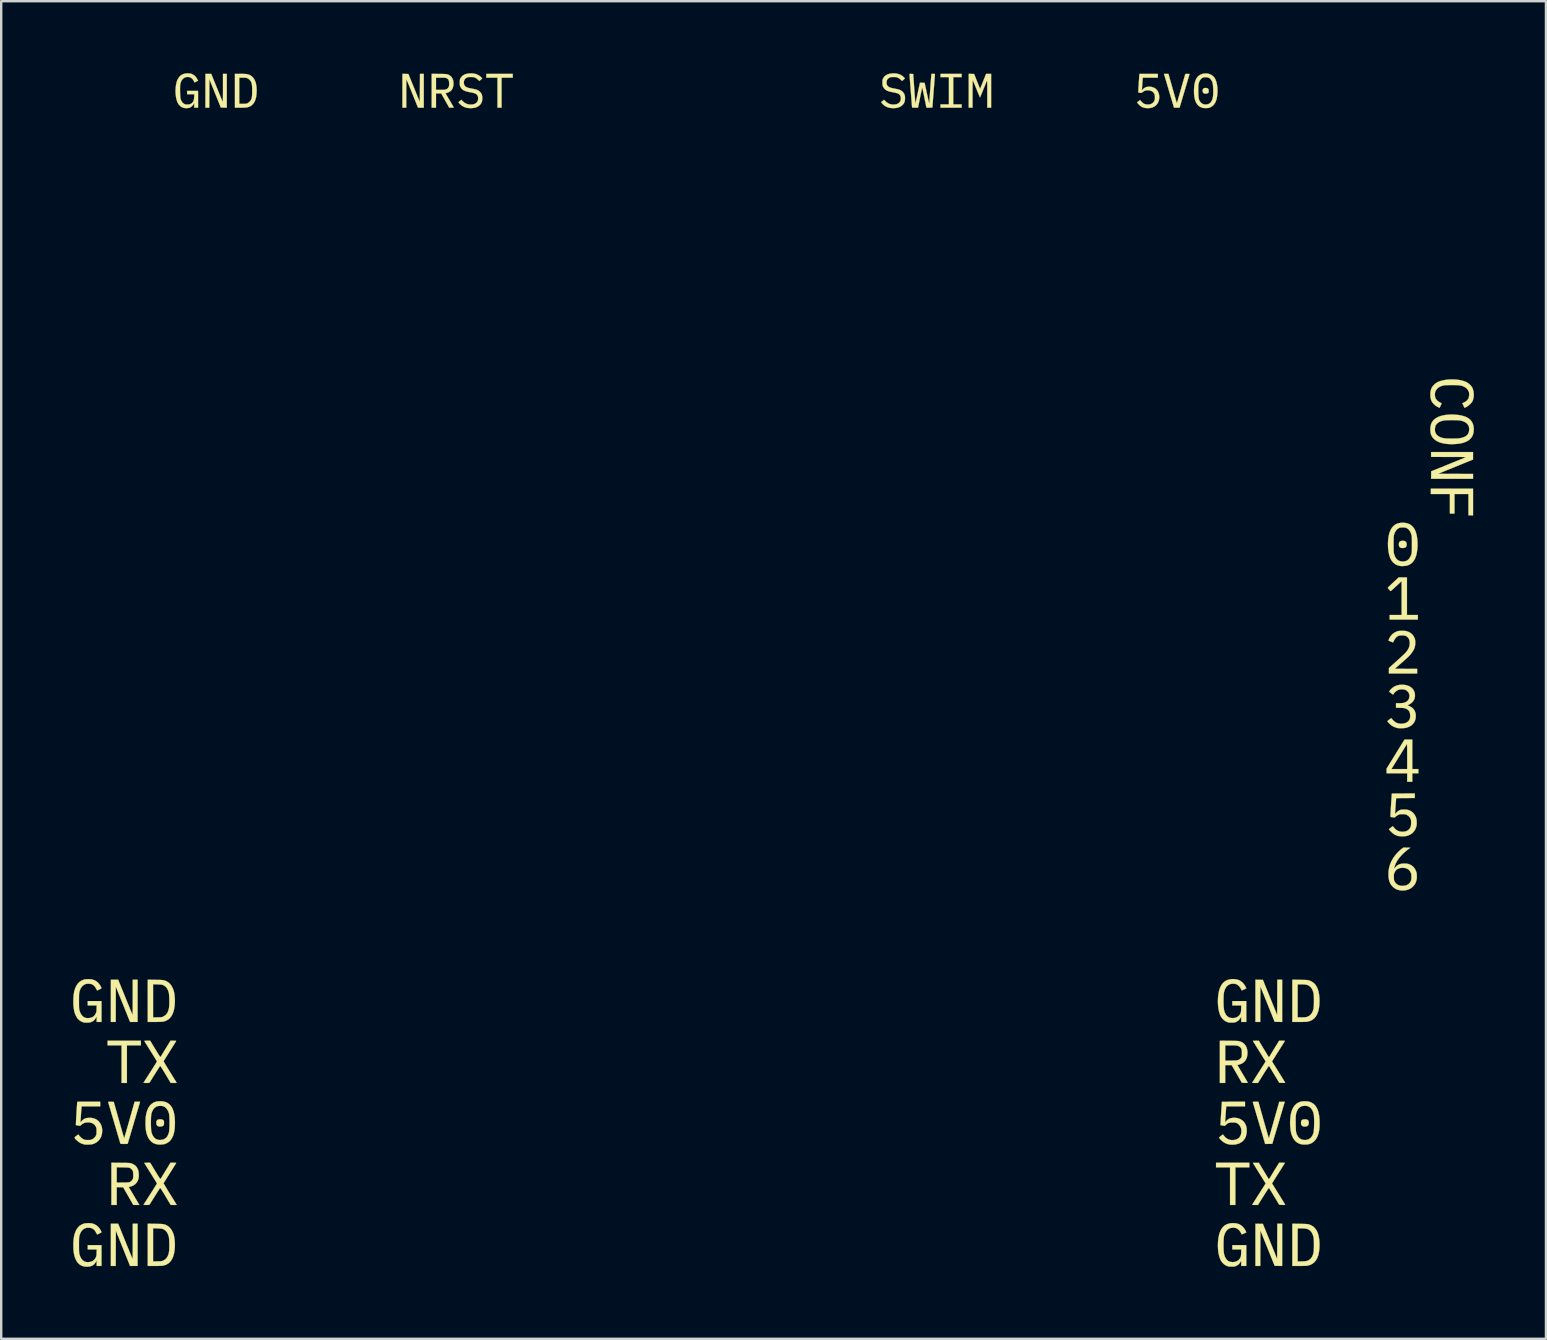
<source format=kicad_pcb>
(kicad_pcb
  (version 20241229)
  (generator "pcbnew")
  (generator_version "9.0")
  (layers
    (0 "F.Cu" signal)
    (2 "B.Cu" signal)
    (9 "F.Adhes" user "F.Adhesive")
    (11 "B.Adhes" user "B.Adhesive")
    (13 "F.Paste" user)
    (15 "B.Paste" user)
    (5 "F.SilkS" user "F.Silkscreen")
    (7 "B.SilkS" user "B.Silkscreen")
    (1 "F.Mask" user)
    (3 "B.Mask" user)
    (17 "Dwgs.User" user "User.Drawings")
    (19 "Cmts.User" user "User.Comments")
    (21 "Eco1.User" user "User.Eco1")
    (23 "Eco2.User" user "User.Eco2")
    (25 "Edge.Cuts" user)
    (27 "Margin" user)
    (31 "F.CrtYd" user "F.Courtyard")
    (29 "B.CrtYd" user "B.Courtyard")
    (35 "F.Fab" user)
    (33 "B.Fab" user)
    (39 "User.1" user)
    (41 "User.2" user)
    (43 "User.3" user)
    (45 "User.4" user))
  (footprint "legend"
    (layer "F.Cu")
    (at 25.963 43.849)
    (property "Reference" "legend" (at 0 0 0) (layer "Eco2.User") (effects (font (size 1.524 1.524) (thickness 0.3))))
    (attr through_hole)
    (fp_poly (pts (xy -23.145 -3.356) (xy -23.727 -3.356) (xy -23.727 -1.789) (xy -23.949 -1.789) (xy -23.949 -3.356) (xy -24.532 -3.356) (xy -24.532 -3.547) (xy -23.145 -3.547) (xy -23.145 -3.356)) (stroke (width 0.01) (type solid)) (fill yes) (layer "F.SilkS"))
    (fp_poly (pts (xy -7.655 -43.664) (xy -8.121 -43.664) (xy -8.121 -42.415) (xy -8.29 -42.415) (xy -8.29 -43.664) (xy -8.756 -43.664) (xy -8.756 -43.823) (xy -7.655 -43.823) (xy -7.655 -43.664)) (stroke (width 0.01) (type solid)) (fill yes) (layer "F.SilkS"))
    (fp_poly (pts (xy 23.028 1.726) (xy 22.446 1.726) (xy 22.446 3.293) (xy 22.224 3.293) (xy 22.224 1.726) (xy 21.641 1.726) (xy 21.641 1.535) (xy 23.028 1.535) (xy 23.028 1.726)) (stroke (width 0.01) (type solid)) (fill yes) (layer "F.SilkS"))
    (fp_poly (pts (xy 32.346 -25.432) (xy 32.155 -25.432) (xy 32.155 -26.321) (xy 31.573 -26.321) (xy 31.573 -25.506) (xy 31.382 -25.506) (xy 31.382 -26.321) (xy 30.588 -26.321) (xy 30.588 -26.543) (xy 32.346 -26.543) (xy 32.346 -25.432)) (stroke (width 0.01) (type solid)) (fill yes) (layer "F.SilkS"))
    (fp_poly (pts (xy 11.043 -43.685) (xy 10.694 -43.685) (xy 10.694 -42.552) (xy 11.043 -42.552) (xy 11.043 -42.415) (xy 10.164 -42.415) (xy 10.164 -42.552) (xy 10.514 -42.552) (xy 10.514 -43.685) (xy 10.164 -43.685) (xy 10.164 -43.823) (xy 11.043 -43.823) (xy 11.043 -43.685)) (stroke (width 0.01) (type solid)) (fill yes) (layer "F.SilkS"))
    (fp_poly (pts (xy 23.592 -6.083) (xy 23.89 -5.349) (xy 24.188 -4.616) (xy 24.19 -5.352) (xy 24.193 -6.088) (xy 24.394 -6.088) (xy 24.394 -4.33) (xy 24.083 -4.336) (xy 23.786 -5.072) (xy 23.489 -5.809) (xy 23.486 -5.07) (xy 23.483 -4.33) (xy 23.282 -4.33) (xy 23.282 -6.089) (xy 23.592 -6.083)) (stroke (width 0.01) (type solid)) (fill yes) (layer "F.SilkS"))
    (fp_poly (pts (xy 23.592 4.082) (xy 23.89 4.815) (xy 24.188 5.549) (xy 24.19 4.812) (xy 24.193 4.076) (xy 24.394 4.076) (xy 24.394 5.834) (xy 24.083 5.829) (xy 23.786 5.092) (xy 23.489 4.355) (xy 23.486 5.094) (xy 23.483 5.834) (xy 23.282 5.834) (xy 23.282 4.076) (xy 23.592 4.082)) (stroke (width 0.01) (type solid)) (fill yes) (layer "F.SilkS"))
    (fp_poly (pts (xy 21.245 -43.232) (xy 21.286 -43.22) (xy 21.315 -43.199) (xy 21.318 -43.195) (xy 21.327 -43.171) (xy 21.333 -43.134) (xy 21.335 -43.093) (xy 21.331 -43.058) (xy 21.328 -43.045) (xy 21.309 -43.024) (xy 21.276 -43.008) (xy 21.235 -42.999) (xy 21.19 -42.997) (xy 21.149 -43.004) (xy 21.133 -43.01) (xy 21.104 -43.036) (xy 21.086 -43.074) (xy 21.08 -43.118) (xy 21.086 -43.161) (xy 21.105 -43.199) (xy 21.122 -43.216) (xy 21.156 -43.231) (xy 21.2 -43.236) (xy 21.245 -43.232)) (stroke (width 0.01) (type solid)) (fill yes) (layer "F.SilkS"))
    (fp_poly (pts (xy 29.482 -24.367) (xy 29.529 -24.348) (xy 29.56 -24.316) (xy 29.578 -24.269) (xy 29.582 -24.217) (xy 29.575 -24.16) (xy 29.553 -24.117) (xy 29.515 -24.089) (xy 29.461 -24.074) (xy 29.445 -24.072) (xy 29.404 -24.071) (xy 29.366 -24.073) (xy 29.351 -24.076) (xy 29.305 -24.096) (xy 29.275 -24.129) (xy 29.259 -24.178) (xy 29.256 -24.201) (xy 29.258 -24.265) (xy 29.273 -24.313) (xy 29.303 -24.346) (xy 29.35 -24.366) (xy 29.412 -24.373) (xy 29.418 -24.373) (xy 29.482 -24.367)) (stroke (width 0.01) (type solid)) (fill yes) (layer "F.SilkS"))
    (fp_poly (pts (xy 25.403 -0.271) (xy 25.448 -0.255) (xy 25.478 -0.229) (xy 25.491 -0.206) (xy 25.504 -0.157) (xy 25.504 -0.106) (xy 25.493 -0.058) (xy 25.472 -0.018) (xy 25.443 0.007) (xy 25.442 0.007) (xy 25.401 0.02) (xy 25.35 0.026) (xy 25.299 0.025) (xy 25.28 0.022) (xy 25.234 0.005) (xy 25.203 -0.024) (xy 25.185 -0.069) (xy 25.18 -0.109) (xy 25.181 -0.171) (xy 25.196 -0.218) (xy 25.226 -0.25) (xy 25.271 -0.268) (xy 25.333 -0.275) (xy 25.342 -0.275) (xy 25.403 -0.271)) (stroke (width 0.01) (type solid)) (fill yes) (layer "F.SilkS"))
    (fp_poly (pts (xy -19.979 -43.243) (xy -19.936 -43.138) (xy -19.896 -43.039) (xy -19.858 -42.947) (xy -19.824 -42.865) (xy -19.794 -42.793) (xy -19.77 -42.735) (xy -19.751 -42.691) (xy -19.739 -42.663) (xy -19.734 -42.653) (xy -19.732 -42.662) (xy -19.731 -42.689) (xy -19.729 -42.734) (xy -19.728 -42.795) (xy -19.727 -42.87) (xy -19.726 -42.956) (xy -19.725 -43.053) (xy -19.725 -43.158) (xy -19.725 -43.233) (xy -19.725 -43.823) (xy -19.566 -43.823) (xy -19.566 -42.414) (xy -19.814 -42.42) (xy -20.053 -43.011) (xy -20.291 -43.602) (xy -20.294 -43.008) (xy -20.297 -42.415) (xy -20.456 -42.415) (xy -20.456 -43.823) (xy -20.215 -43.823) (xy -19.979 -43.243)) (stroke (width 0.01) (type solid)) (fill yes) (layer "F.SilkS"))
    (fp_poly (pts (xy -12.126 -43.82) (xy -12.002 -43.817) (xy -11.525 -42.648) (xy -11.522 -43.235) (xy -11.519 -43.823) (xy -11.361 -43.823) (xy -11.361 -42.415) (xy -11.601 -42.415) (xy -11.837 -42.999) (xy -11.88 -43.105) (xy -11.92 -43.205) (xy -11.957 -43.297) (xy -11.991 -43.38) (xy -12.021 -43.452) (xy -12.046 -43.511) (xy -12.064 -43.556) (xy -12.077 -43.584) (xy -12.082 -43.595) (xy -12.084 -43.586) (xy -12.085 -43.558) (xy -12.087 -43.512) (xy -12.088 -43.449) (xy -12.089 -43.371) (xy -12.09 -43.279) (xy -12.091 -43.174) (xy -12.091 -43.059) (xy -12.091 -43.01) (xy -12.091 -42.415) (xy -12.25 -42.415) (xy -12.25 -43.823) (xy -12.126 -43.82)) (stroke (width 0.01) (type solid)) (fill yes) (layer "F.SilkS"))
    (fp_poly (pts (xy -22.263 -0.267) (xy -22.227 -0.251) (xy -22.209 -0.237) (xy -22.195 -0.22) (xy -22.186 -0.202) (xy -22.182 -0.176) (xy -22.181 -0.136) (xy -22.181 -0.13) (xy -22.183 -0.078) (xy -22.19 -0.042) (xy -22.203 -0.018) (xy -22.224 -0.000314) (xy -22.232 0.004) (xy -22.268 0.017) (xy -22.314 0.025) (xy -22.36 0.027) (xy -22.382 0.025) (xy -22.433 0.011) (xy -22.467 -0.011) (xy -22.488 -0.046) (xy -22.498 -0.095) (xy -22.499 -0.132) (xy -22.498 -0.171) (xy -22.493 -0.198) (xy -22.482 -0.219) (xy -22.469 -0.235) (xy -22.449 -0.254) (xy -22.427 -0.265) (xy -22.397 -0.271) (xy -22.374 -0.273) (xy -22.31 -0.274) (xy -22.263 -0.267)) (stroke (width 0.01) (type solid)) (fill yes) (layer "F.SilkS"))
    (fp_poly (pts (xy -23.801 -5.376) (xy -23.754 -5.259) (xy -23.708 -5.147) (xy -23.665 -5.042) (xy -23.626 -4.946) (xy -23.591 -4.859) (xy -23.56 -4.785) (xy -23.535 -4.724) (xy -23.516 -4.678) (xy -23.503 -4.648) (xy -23.498 -4.637) (xy -23.496 -4.635) (xy -23.493 -4.64) (xy -23.491 -4.653) (xy -23.49 -4.676) (xy -23.488 -4.71) (xy -23.487 -4.756) (xy -23.486 -4.816) (xy -23.485 -4.89) (xy -23.485 -4.981) (xy -23.484 -5.089) (xy -23.484 -5.216) (xy -23.484 -5.349) (xy -23.484 -6.088) (xy -23.282 -6.088) (xy -23.282 -4.33) (xy -23.595 -4.33) (xy -24.188 -5.802) (xy -24.193 -4.33) (xy -24.394 -4.33) (xy -24.394 -6.088) (xy -24.09 -6.088) (xy -23.801 -5.376)) (stroke (width 0.01) (type solid)) (fill yes) (layer "F.SilkS"))
    (fp_poly (pts (xy 32.345 -27.912) (xy 32.345 -27.756) (xy 30.883 -27.163) (xy 32.346 -27.157) (xy 32.346 -26.956) (xy 30.598 -26.956) (xy 30.604 -27.268) (xy 31.314 -27.554) (xy 31.431 -27.601) (xy 31.542 -27.646) (xy 31.647 -27.689) (xy 31.743 -27.728) (xy 31.829 -27.763) (xy 31.904 -27.793) (xy 31.964 -27.818) (xy 32.01 -27.836) (xy 32.039 -27.849) (xy 32.05 -27.853) (xy 32.051 -27.856) (xy 32.041 -27.858) (xy 32.021 -27.86) (xy 31.989 -27.861) (xy 31.943 -27.863) (xy 31.882 -27.864) (xy 31.806 -27.865) (xy 31.713 -27.865) (xy 31.602 -27.866) (xy 31.472 -27.866) (xy 31.337 -27.866) (xy 30.599 -27.867) (xy 30.599 -28.068) (xy 32.346 -28.068) (xy 32.345 -27.912)) (stroke (width 0.01) (type solid)) (fill yes) (layer "F.SilkS"))
    (fp_poly (pts (xy -23.801 4.788) (xy -23.754 4.905) (xy -23.708 5.017) (xy -23.665 5.122) (xy -23.626 5.219) (xy -23.591 5.305) (xy -23.56 5.379) (xy -23.535 5.44) (xy -23.516 5.487) (xy -23.503 5.516) (xy -23.498 5.527) (xy -23.496 5.529) (xy -23.493 5.525) (xy -23.491 5.511) (xy -23.49 5.488) (xy -23.488 5.455) (xy -23.487 5.408) (xy -23.486 5.349) (xy -23.485 5.274) (xy -23.485 5.183) (xy -23.484 5.075) (xy -23.484 4.948) (xy -23.484 4.815) (xy -23.484 4.076) (xy -23.282 4.076) (xy -23.282 5.834) (xy -23.595 5.834) (xy -23.891 5.098) (xy -24.188 4.362) (xy -24.19 5.098) (xy -24.193 5.834) (xy -24.394 5.834) (xy -24.394 4.076) (xy -24.09 4.076) (xy -23.801 4.788)) (stroke (width 0.01) (type solid)) (fill yes) (layer "F.SilkS"))
    (fp_poly (pts (xy 29.593 -21.281) (xy 30.048 -21.281) (xy 30.048 -21.091) (xy 28.873 -21.091) (xy 28.873 -21.281) (xy 29.37 -21.281) (xy 29.37 -22.694) (xy 29.331 -22.656) (xy 29.271 -22.599) (xy 29.209 -22.542) (xy 29.149 -22.486) (xy 29.091 -22.433) (xy 29.039 -22.384) (xy 28.993 -22.343) (xy 28.955 -22.31) (xy 28.929 -22.287) (xy 28.916 -22.277) (xy 28.915 -22.277) (xy 28.904 -22.284) (xy 28.884 -22.304) (xy 28.859 -22.33) (xy 28.833 -22.359) (xy 28.811 -22.386) (xy 28.797 -22.406) (xy 28.793 -22.414) (xy 28.801 -22.423) (xy 28.822 -22.445) (xy 28.855 -22.478) (xy 28.897 -22.519) (xy 28.948 -22.567) (xy 29.004 -22.62) (xy 29.021 -22.636) (xy 29.249 -22.848) (xy 29.421 -22.848) (xy 29.593 -22.848) (xy 29.593 -21.281)) (stroke (width 0.01) (type solid)) (fill yes) (layer "F.SilkS"))
    (fp_poly (pts (xy 29.815 -14.865) (xy 30.069 -14.865) (xy 30.069 -14.685) (xy 29.815 -14.685) (xy 29.815 -14.336) (xy 29.603 -14.336) (xy 29.603 -14.685) (xy 28.746 -14.685) (xy 28.746 -14.865) (xy 28.947 -14.865) (xy 29.603 -14.865) (xy 29.603 -15.391) (xy 29.603 -15.505) (xy 29.603 -15.607) (xy 29.602 -15.697) (xy 29.601 -15.773) (xy 29.599 -15.833) (xy 29.598 -15.877) (xy 29.596 -15.902) (xy 29.594 -15.908) (xy 29.586 -15.897) (xy 29.569 -15.869) (xy 29.542 -15.827) (xy 29.507 -15.771) (xy 29.464 -15.702) (xy 29.415 -15.624) (xy 29.361 -15.536) (xy 29.302 -15.44) (xy 29.239 -15.339) (xy 29.173 -15.232) (xy 29.106 -15.123) (xy 29.037 -15.012) (xy 29.03 -15) (xy 28.947 -14.865) (xy 28.746 -14.865) (xy 28.746 -14.884) (xy 29.492 -16.093) (xy 29.654 -16.093) (xy 29.815 -16.093) (xy 29.815 -14.865)) (stroke (width 0.01) (type solid)) (fill yes) (layer "F.SilkS"))
    (fp_poly (pts (xy 19.831 -43.209) (xy 19.862 -43.1) (xy 19.892 -42.996) (xy 19.919 -42.901) (xy 19.944 -42.816) (xy 19.965 -42.743) (xy 19.983 -42.683) (xy 19.997 -42.638) (xy 20.006 -42.61) (xy 20.01 -42.6) (xy 20.01 -42.601) (xy 20.013 -42.611) (xy 20.022 -42.641) (xy 20.036 -42.687) (xy 20.054 -42.748) (xy 20.075 -42.822) (xy 20.1 -42.908) (xy 20.128 -43.004) (xy 20.157 -43.107) (xy 20.186 -43.209) (xy 20.217 -43.318) (xy 20.246 -43.421) (xy 20.274 -43.516) (xy 20.298 -43.601) (xy 20.32 -43.675) (xy 20.337 -43.735) (xy 20.351 -43.78) (xy 20.359 -43.809) (xy 20.363 -43.818) (xy 20.375 -43.82) (xy 20.403 -43.821) (xy 20.442 -43.821) (xy 20.453 -43.82) (xy 20.538 -43.817) (xy 20.33 -43.116) (xy 20.122 -42.415) (xy 19.889 -42.415) (xy 19.694 -43.074) (xy 19.66 -43.189) (xy 19.627 -43.299) (xy 19.597 -43.402) (xy 19.569 -43.497) (xy 19.544 -43.581) (xy 19.523 -43.652) (xy 19.506 -43.71) (xy 19.493 -43.751) (xy 19.486 -43.775) (xy 19.485 -43.778) (xy 19.472 -43.823) (xy 19.657 -43.823) (xy 19.831 -43.209)) (stroke (width 0.01) (type solid)) (fill yes) (layer "F.SilkS"))
    (fp_poly (pts (xy 11.564 -43.817) (xy 11.685 -43.511) (xy 11.715 -43.435) (xy 11.743 -43.366) (xy 11.767 -43.306) (xy 11.786 -43.257) (xy 11.801 -43.222) (xy 11.809 -43.203) (xy 11.81 -43.2) (xy 11.815 -43.209) (xy 11.826 -43.235) (xy 11.843 -43.276) (xy 11.866 -43.33) (xy 11.892 -43.394) (xy 11.921 -43.467) (xy 11.938 -43.51) (xy 12.063 -43.823) (xy 12.271 -43.823) (xy 12.271 -42.415) (xy 12.112 -42.415) (xy 12.112 -42.989) (xy 12.111 -43.114) (xy 12.111 -43.219) (xy 12.111 -43.306) (xy 12.11 -43.376) (xy 12.11 -43.431) (xy 12.109 -43.473) (xy 12.107 -43.503) (xy 12.106 -43.523) (xy 12.103 -43.533) (xy 12.101 -43.536) (xy 12.098 -43.534) (xy 12.094 -43.527) (xy 12.091 -43.521) (xy 12.082 -43.501) (xy 12.066 -43.464) (xy 12.045 -43.413) (xy 12.019 -43.35) (xy 11.99 -43.279) (xy 11.958 -43.202) (xy 11.941 -43.159) (xy 11.811 -42.84) (xy 11.794 -42.873) (xy 11.786 -42.891) (xy 11.771 -42.926) (xy 11.751 -42.975) (xy 11.725 -43.036) (xy 11.697 -43.106) (xy 11.665 -43.183) (xy 11.646 -43.232) (xy 11.614 -43.31) (xy 11.585 -43.381) (xy 11.558 -43.443) (xy 11.537 -43.494) (xy 11.52 -43.532) (xy 11.509 -43.553) (xy 11.506 -43.558) (xy 11.505 -43.548) (xy 11.503 -43.518) (xy 11.502 -43.471) (xy 11.501 -43.409) (xy 11.5 -43.333) (xy 11.499 -43.246) (xy 11.499 -43.149) (xy 11.498 -43.045) (xy 11.498 -42.986) (xy 11.498 -42.415) (xy 11.339 -42.415) (xy 11.339 -43.823) (xy 11.564 -43.817)) (stroke (width 0.01) (type solid)) (fill yes) (layer "F.SilkS"))
    (fp_poly (pts (xy 24.496 -0.982) (xy 24.492 -0.969) (xy 24.483 -0.936) (xy 24.468 -0.887) (xy 24.449 -0.821) (xy 24.425 -0.742) (xy 24.398 -0.65) (xy 24.367 -0.547) (xy 24.334 -0.434) (xy 24.298 -0.313) (xy 24.261 -0.186) (xy 24.237 -0.106) (xy 23.984 0.746) (xy 23.835 0.749) (xy 23.686 0.752) (xy 23.669 0.691) (xy 23.662 0.667) (xy 23.65 0.626) (xy 23.633 0.569) (xy 23.612 0.498) (xy 23.588 0.416) (xy 23.561 0.324) (xy 23.531 0.224) (xy 23.5 0.118) (xy 23.467 0.007) (xy 23.434 -0.106) (xy 23.4 -0.22) (xy 23.367 -0.332) (xy 23.334 -0.442) (xy 23.303 -0.547) (xy 23.274 -0.645) (xy 23.248 -0.735) (xy 23.224 -0.814) (xy 23.205 -0.881) (xy 23.189 -0.934) (xy 23.178 -0.971) (xy 23.172 -0.99) (xy 23.171 -0.993) (xy 23.174 -0.999) (xy 23.19 -1.003) (xy 23.222 -1.005) (xy 23.271 -1.006) (xy 23.285 -1.006) (xy 23.404 -1.006) (xy 23.621 -0.237) (xy 23.656 -0.114) (xy 23.689 0.002) (xy 23.72 0.11) (xy 23.749 0.209) (xy 23.774 0.297) (xy 23.796 0.372) (xy 23.815 0.433) (xy 23.829 0.479) (xy 23.838 0.507) (xy 23.842 0.517) (xy 23.843 0.517) (xy 23.846 0.505) (xy 23.855 0.474) (xy 23.869 0.426) (xy 23.887 0.362) (xy 23.909 0.285) (xy 23.934 0.195) (xy 23.963 0.095) (xy 23.994 -0.015) (xy 24.027 -0.131) (xy 24.06 -0.249) (xy 24.273 -1.001) (xy 24.388 -1.004) (xy 24.503 -1.007) (xy 24.496 -0.982)) (stroke (width 0.01) (type solid)) (fill yes) (layer "F.SilkS"))
    (fp_poly (pts (xy -18.936 -43.822) (xy -18.868 -43.821) (xy -18.808 -43.818) (xy -18.759 -43.815) (xy -18.727 -43.812) (xy -18.724 -43.811) (xy -18.631 -43.784) (xy -18.549 -43.739) (xy -18.479 -43.677) (xy -18.422 -43.599) (xy -18.378 -43.505) (xy -18.355 -43.431) (xy -18.332 -43.302) (xy -18.322 -43.163) (xy -18.325 -43.021) (xy -18.341 -42.881) (xy -18.349 -42.837) (xy -18.38 -42.728) (xy -18.424 -42.635) (xy -18.481 -42.557) (xy -18.551 -42.496) (xy -18.633 -42.452) (xy -18.724 -42.426) (xy -18.754 -42.423) (xy -18.801 -42.419) (xy -18.86 -42.417) (xy -18.927 -42.415) (xy -18.998 -42.415) (xy -19.007 -42.415) (xy -19.227 -42.415) (xy -19.227 -42.573) (xy -19.047 -42.573) (xy -18.902 -42.573) (xy -18.841 -42.574) (xy -18.797 -42.575) (xy -18.765 -42.578) (xy -18.74 -42.584) (xy -18.717 -42.592) (xy -18.703 -42.598) (xy -18.652 -42.631) (xy -18.603 -42.676) (xy -18.564 -42.727) (xy -18.556 -42.742) (xy -18.539 -42.779) (xy -18.527 -42.822) (xy -18.518 -42.875) (xy -18.512 -42.94) (xy -18.509 -43.019) (xy -18.508 -43.117) (xy -18.508 -43.119) (xy -18.509 -43.217) (xy -18.512 -43.297) (xy -18.518 -43.361) (xy -18.527 -43.414) (xy -18.539 -43.458) (xy -18.555 -43.495) (xy -18.556 -43.496) (xy -18.591 -43.547) (xy -18.638 -43.595) (xy -18.689 -43.632) (xy -18.703 -43.639) (xy -18.727 -43.649) (xy -18.75 -43.656) (xy -18.778 -43.66) (xy -18.815 -43.663) (xy -18.865 -43.664) (xy -18.902 -43.664) (xy -19.047 -43.664) (xy -19.047 -42.573) (xy -19.227 -42.573) (xy -19.227 -43.823) (xy -19.007 -43.823) (xy -18.936 -43.822)) (stroke (width 0.01) (type solid)) (fill yes) (layer "F.SilkS"))
    (fp_poly (pts (xy -10.723 -43.82) (xy -10.631 -43.819) (xy -10.557 -43.818) (xy -10.5 -43.816) (xy -10.456 -43.814) (xy -10.422 -43.811) (xy -10.396 -43.807) (xy -10.375 -43.802) (xy -10.36 -43.797) (xy -10.281 -43.758) (xy -10.218 -43.705) (xy -10.171 -43.639) (xy -10.14 -43.559) (xy -10.125 -43.465) (xy -10.124 -43.382) (xy -10.137 -43.288) (xy -10.165 -43.207) (xy -10.209 -43.141) (xy -10.27 -43.087) (xy -10.347 -43.047) (xy -10.409 -43.026) (xy -10.457 -43.013) (xy -10.284 -42.722) (xy -10.242 -42.65) (xy -10.204 -42.585) (xy -10.171 -42.528) (xy -10.143 -42.481) (xy -10.124 -42.446) (xy -10.113 -42.426) (xy -10.111 -42.422) (xy -10.121 -42.419) (xy -10.147 -42.416) (xy -10.185 -42.415) (xy -10.206 -42.415) (xy -10.301 -42.415) (xy -10.468 -42.711) (xy -10.635 -43.007) (xy -10.744 -43.007) (xy -10.852 -43.007) (xy -10.852 -42.415) (xy -11.032 -42.415) (xy -11.032 -43.156) (xy -10.852 -43.156) (xy -10.674 -43.156) (xy -10.594 -43.156) (xy -10.531 -43.159) (xy -10.484 -43.163) (xy -10.449 -43.17) (xy -10.442 -43.172) (xy -10.387 -43.198) (xy -10.343 -43.24) (xy -10.315 -43.293) (xy -10.313 -43.301) (xy -10.306 -43.343) (xy -10.303 -43.395) (xy -10.304 -43.451) (xy -10.309 -43.502) (xy -10.317 -43.54) (xy -10.341 -43.588) (xy -10.376 -43.623) (xy -10.413 -43.644) (xy -10.431 -43.651) (xy -10.452 -43.656) (xy -10.48 -43.66) (xy -10.518 -43.662) (xy -10.57 -43.663) (xy -10.639 -43.664) (xy -10.654 -43.664) (xy -10.852 -43.664) (xy -10.852 -43.156) (xy -11.032 -43.156) (xy -11.032 -43.824) (xy -10.723 -43.82)) (stroke (width 0.01) (type solid)) (fill yes) (layer "F.SilkS"))
    (fp_poly (pts (xy 25.133 -6.085) (xy 25.231 -6.083) (xy 25.311 -6.081) (xy 25.374 -6.079) (xy 25.423 -6.076) (xy 25.461 -6.072) (xy 25.489 -6.067) (xy 25.504 -6.064) (xy 25.605 -6.024) (xy 25.692 -5.969) (xy 25.766 -5.897) (xy 25.828 -5.809) (xy 25.877 -5.705) (xy 25.913 -5.584) (xy 25.937 -5.445) (xy 25.949 -5.29) (xy 25.95 -5.214) (xy 25.945 -5.05) (xy 25.927 -4.902) (xy 25.897 -4.772) (xy 25.855 -4.659) (xy 25.8 -4.562) (xy 25.734 -4.483) (xy 25.655 -4.42) (xy 25.563 -4.374) (xy 25.469 -4.346) (xy 25.437 -4.341) (xy 25.395 -4.337) (xy 25.341 -4.334) (xy 25.273 -4.332) (xy 25.188 -4.331) (xy 25.106 -4.331) (xy 24.818 -4.33) (xy 24.818 -4.521) (xy 25.04 -4.521) (xy 25.203 -4.521) (xy 25.272 -4.521) (xy 25.324 -4.523) (xy 25.365 -4.527) (xy 25.399 -4.533) (xy 25.432 -4.541) (xy 25.435 -4.542) (xy 25.511 -4.577) (xy 25.577 -4.629) (xy 25.63 -4.697) (xy 25.672 -4.782) (xy 25.701 -4.882) (xy 25.701 -4.883) (xy 25.707 -4.928) (xy 25.712 -4.988) (xy 25.716 -5.061) (xy 25.718 -5.142) (xy 25.718 -5.226) (xy 25.717 -5.309) (xy 25.715 -5.386) (xy 25.711 -5.454) (xy 25.706 -5.508) (xy 25.702 -5.531) (xy 25.673 -5.628) (xy 25.633 -5.712) (xy 25.582 -5.781) (xy 25.521 -5.833) (xy 25.509 -5.841) (xy 25.465 -5.863) (xy 25.416 -5.879) (xy 25.358 -5.889) (xy 25.286 -5.895) (xy 25.199 -5.897) (xy 25.191 -5.897) (xy 25.04 -5.897) (xy 25.04 -4.521) (xy 24.818 -4.521) (xy 24.818 -6.09) (xy 25.133 -6.085)) (stroke (width 0.01) (type solid)) (fill yes) (layer "F.SilkS"))
    (fp_poly (pts (xy 25.133 4.079) (xy 25.231 4.081) (xy 25.311 4.083) (xy 25.374 4.085) (xy 25.423 4.089) (xy 25.461 4.092) (xy 25.489 4.097) (xy 25.504 4.101) (xy 25.605 4.14) (xy 25.692 4.195) (xy 25.766 4.267) (xy 25.828 4.355) (xy 25.877 4.459) (xy 25.913 4.581) (xy 25.937 4.719) (xy 25.949 4.874) (xy 25.95 4.95) (xy 25.945 5.115) (xy 25.927 5.262) (xy 25.897 5.392) (xy 25.855 5.506) (xy 25.8 5.602) (xy 25.734 5.681) (xy 25.655 5.744) (xy 25.563 5.79) (xy 25.469 5.818) (xy 25.437 5.823) (xy 25.395 5.827) (xy 25.341 5.83) (xy 25.273 5.832) (xy 25.188 5.833) (xy 25.106 5.834) (xy 24.818 5.834) (xy 24.818 5.643) (xy 25.04 5.643) (xy 25.203 5.643) (xy 25.272 5.643) (xy 25.324 5.641) (xy 25.365 5.637) (xy 25.399 5.631) (xy 25.432 5.623) (xy 25.435 5.622) (xy 25.511 5.588) (xy 25.577 5.536) (xy 25.63 5.467) (xy 25.672 5.382) (xy 25.701 5.282) (xy 25.701 5.281) (xy 25.707 5.237) (xy 25.712 5.176) (xy 25.716 5.103) (xy 25.718 5.022) (xy 25.718 4.938) (xy 25.717 4.855) (xy 25.715 4.778) (xy 25.711 4.71) (xy 25.706 4.657) (xy 25.702 4.633) (xy 25.673 4.536) (xy 25.633 4.452) (xy 25.582 4.383) (xy 25.521 4.331) (xy 25.509 4.323) (xy 25.465 4.301) (xy 25.416 4.286) (xy 25.358 4.275) (xy 25.286 4.269) (xy 25.199 4.267) (xy 25.191 4.267) (xy 25.04 4.267) (xy 25.04 5.643) (xy 24.818 5.643) (xy 24.818 4.074) (xy 25.133 4.079)) (stroke (width 0.01) (type solid)) (fill yes) (layer "F.SilkS"))
    (fp_poly (pts (xy -22.544 -6.085) (xy -22.445 -6.084) (xy -22.365 -6.082) (xy -22.3 -6.079) (xy -22.248 -6.075) (xy -22.205 -6.069) (xy -22.169 -6.061) (xy -22.136 -6.051) (xy -22.104 -6.038) (xy -22.071 -6.021) (xy -22.052 -6.012) (xy -21.979 -5.962) (xy -21.913 -5.894) (xy -21.855 -5.811) (xy -21.807 -5.714) (xy -21.771 -5.608) (xy -21.769 -5.599) (xy -21.753 -5.518) (xy -21.74 -5.423) (xy -21.732 -5.321) (xy -21.728 -5.217) (xy -21.73 -5.124) (xy -21.743 -4.969) (xy -21.768 -4.831) (xy -21.804 -4.711) (xy -21.852 -4.607) (xy -21.911 -4.521) (xy -21.982 -4.45) (xy -22.066 -4.396) (xy -22.069 -4.395) (xy -22.107 -4.377) (xy -22.144 -4.363) (xy -22.183 -4.352) (xy -22.228 -4.344) (xy -22.282 -4.338) (xy -22.347 -4.334) (xy -22.425 -4.332) (xy -22.521 -4.331) (xy -22.57 -4.331) (xy -22.859 -4.33) (xy -22.859 -4.519) (xy -22.637 -4.519) (xy -22.454 -4.523) (xy -22.387 -4.524) (xy -22.338 -4.526) (xy -22.302 -4.528) (xy -22.274 -4.532) (xy -22.252 -4.538) (xy -22.23 -4.547) (xy -22.205 -4.559) (xy -22.201 -4.561) (xy -22.13 -4.605) (xy -22.073 -4.663) (xy -22.028 -4.735) (xy -21.994 -4.824) (xy -21.974 -4.913) (xy -21.968 -4.964) (xy -21.963 -5.03) (xy -21.961 -5.105) (xy -21.96 -5.187) (xy -21.961 -5.271) (xy -21.963 -5.353) (xy -21.967 -5.429) (xy -21.973 -5.493) (xy -21.98 -5.544) (xy -21.984 -5.564) (xy -22.02 -5.661) (xy -22.066 -5.743) (xy -22.124 -5.807) (xy -22.191 -5.853) (xy -22.221 -5.867) (xy -22.247 -5.876) (xy -22.275 -5.882) (xy -22.308 -5.887) (xy -22.351 -5.891) (xy -22.408 -5.893) (xy -22.459 -5.895) (xy -22.637 -5.9) (xy -22.637 -4.519) (xy -22.859 -4.519) (xy -22.859 -6.09) (xy -22.544 -6.085)) (stroke (width 0.01) (type solid)) (fill yes) (layer "F.SilkS"))
    (fp_poly (pts (xy -22.544 4.079) (xy -22.445 4.081) (xy -22.365 4.083) (xy -22.3 4.085) (xy -22.248 4.089) (xy -22.205 4.095) (xy -22.169 4.103) (xy -22.136 4.113) (xy -22.104 4.126) (xy -22.071 4.143) (xy -22.052 4.153) (xy -21.979 4.202) (xy -21.913 4.27) (xy -21.855 4.354) (xy -21.807 4.45) (xy -21.771 4.556) (xy -21.769 4.565) (xy -21.753 4.646) (xy -21.74 4.741) (xy -21.732 4.844) (xy -21.728 4.947) (xy -21.73 5.04) (xy -21.743 5.195) (xy -21.768 5.333) (xy -21.804 5.454) (xy -21.852 5.557) (xy -21.911 5.644) (xy -21.982 5.714) (xy -22.066 5.768) (xy -22.069 5.77) (xy -22.107 5.787) (xy -22.144 5.801) (xy -22.183 5.812) (xy -22.228 5.821) (xy -22.282 5.827) (xy -22.347 5.83) (xy -22.425 5.833) (xy -22.521 5.834) (xy -22.57 5.834) (xy -22.859 5.834) (xy -22.859 5.645) (xy -22.637 5.645) (xy -22.454 5.642) (xy -22.387 5.64) (xy -22.338 5.639) (xy -22.302 5.636) (xy -22.274 5.632) (xy -22.252 5.626) (xy -22.23 5.617) (xy -22.205 5.606) (xy -22.201 5.603) (xy -22.13 5.559) (xy -22.073 5.501) (xy -22.028 5.429) (xy -21.994 5.34) (xy -21.974 5.252) (xy -21.968 5.2) (xy -21.963 5.135) (xy -21.961 5.059) (xy -21.96 4.977) (xy -21.961 4.893) (xy -21.963 4.811) (xy -21.967 4.736) (xy -21.973 4.671) (xy -21.98 4.621) (xy -21.984 4.6) (xy -22.02 4.503) (xy -22.066 4.421) (xy -22.124 4.357) (xy -22.191 4.311) (xy -22.221 4.298) (xy -22.247 4.289) (xy -22.275 4.282) (xy -22.308 4.277) (xy -22.351 4.273) (xy -22.408 4.271) (xy -22.459 4.269) (xy -22.637 4.264) (xy -22.637 5.645) (xy -22.859 5.645) (xy -22.859 4.074) (xy -22.544 4.079)) (stroke (width 0.01) (type solid)) (fill yes) (layer "F.SilkS"))
    (fp_poly (pts (xy 29.474 -20.622) (xy 29.536 -20.616) (xy 29.575 -20.609) (xy 29.672 -20.574) (xy 29.757 -20.523) (xy 29.827 -20.458) (xy 29.883 -20.38) (xy 29.921 -20.291) (xy 29.932 -20.246) (xy 29.941 -20.176) (xy 29.94 -20.096) (xy 29.932 -20.013) (xy 29.917 -19.938) (xy 29.908 -19.908) (xy 29.872 -19.828) (xy 29.82 -19.742) (xy 29.755 -19.655) (xy 29.68 -19.572) (xy 29.674 -19.566) (xy 29.643 -19.536) (xy 29.599 -19.494) (xy 29.544 -19.444) (xy 29.482 -19.389) (xy 29.417 -19.33) (xy 29.35 -19.271) (xy 29.336 -19.259) (xy 29.087 -19.042) (xy 29.552 -19.039) (xy 30.016 -19.037) (xy 30.016 -18.846) (xy 28.841 -18.846) (xy 28.842 -18.96) (xy 28.843 -19.074) (xy 29.155 -19.354) (xy 29.226 -19.419) (xy 29.295 -19.481) (xy 29.359 -19.54) (xy 29.416 -19.593) (xy 29.464 -19.638) (xy 29.5 -19.673) (xy 29.523 -19.696) (xy 29.526 -19.698) (xy 29.598 -19.786) (xy 29.651 -19.87) (xy 29.686 -19.953) (xy 29.705 -20.039) (xy 29.709 -20.105) (xy 29.703 -20.19) (xy 29.685 -20.261) (xy 29.654 -20.319) (xy 29.639 -20.337) (xy 29.6 -20.377) (xy 29.557 -20.405) (xy 29.506 -20.422) (xy 29.442 -20.431) (xy 29.416 -20.432) (xy 29.335 -20.432) (xy 29.266 -20.421) (xy 29.207 -20.398) (xy 29.155 -20.36) (xy 29.108 -20.308) (xy 29.064 -20.237) (xy 29.019 -20.148) (xy 29.016 -20.141) (xy 29.006 -20.143) (xy 28.982 -20.151) (xy 28.949 -20.163) (xy 28.911 -20.178) (xy 28.875 -20.192) (xy 28.846 -20.204) (xy 28.827 -20.213) (xy 28.824 -20.215) (xy 28.826 -20.226) (xy 28.835 -20.253) (xy 28.85 -20.289) (xy 28.862 -20.313) (xy 28.918 -20.408) (xy 28.988 -20.486) (xy 29.071 -20.548) (xy 29.166 -20.593) (xy 29.218 -20.609) (xy 29.269 -20.618) (xy 29.334 -20.623) (xy 29.404 -20.625) (xy 29.474 -20.622)) (stroke (width 0.01) (type solid)) (fill yes) (layer "F.SilkS"))
    (fp_poly (pts (xy -23.192 -0.956) (xy -23.197 -0.939) (xy -23.208 -0.904) (xy -23.223 -0.853) (xy -23.242 -0.787) (xy -23.265 -0.708) (xy -23.292 -0.619) (xy -23.321 -0.521) (xy -23.352 -0.416) (xy -23.384 -0.306) (xy -23.418 -0.193) (xy -23.451 -0.078) (xy -23.485 0.036) (xy -23.518 0.147) (xy -23.55 0.255) (xy -23.58 0.356) (xy -23.607 0.449) (xy -23.632 0.532) (xy -23.653 0.604) (xy -23.67 0.661) (xy -23.682 0.703) (xy -23.69 0.728) (xy -23.691 0.733) (xy -23.696 0.741) (xy -23.705 0.746) (xy -23.724 0.749) (xy -23.755 0.751) (xy -23.801 0.752) (xy -23.845 0.752) (xy -23.908 0.751) (xy -23.953 0.749) (xy -23.981 0.746) (xy -23.995 0.741) (xy -23.997 0.738) (xy -24.001 0.727) (xy -24.01 0.696) (xy -24.024 0.648) (xy -24.043 0.584) (xy -24.066 0.506) (xy -24.093 0.415) (xy -24.123 0.313) (xy -24.156 0.202) (xy -24.191 0.082) (xy -24.228 -0.044) (xy -24.251 -0.122) (xy -24.289 -0.252) (xy -24.326 -0.376) (xy -24.361 -0.493) (xy -24.393 -0.601) (xy -24.421 -0.699) (xy -24.447 -0.785) (xy -24.468 -0.858) (xy -24.486 -0.917) (xy -24.498 -0.959) (xy -24.505 -0.983) (xy -24.507 -0.988) (xy -24.508 -0.996) (xy -24.502 -1.001) (xy -24.487 -1.004) (xy -24.459 -1.005) (xy -24.414 -1.004) (xy -24.394 -1.004) (xy -24.275 -1.001) (xy -24.062 -0.247) (xy -24.028 -0.125) (xy -23.994 -0.009) (xy -23.964 0.1) (xy -23.935 0.199) (xy -23.91 0.288) (xy -23.887 0.364) (xy -23.869 0.426) (xy -23.855 0.473) (xy -23.847 0.502) (xy -23.843 0.513) (xy -23.839 0.504) (xy -23.83 0.476) (xy -23.816 0.431) (xy -23.798 0.37) (xy -23.776 0.295) (xy -23.75 0.208) (xy -23.722 0.109) (xy -23.691 0.001) (xy -23.658 -0.115) (xy -23.623 -0.237) (xy -23.621 -0.244) (xy -23.406 -1.006) (xy -23.178 -1.006) (xy -23.192 -0.956)) (stroke (width 0.01) (type solid)) (fill yes) (layer "F.SilkS"))
    (fp_poly (pts (xy -21.11 -43.838) (xy -21.07 -43.832) (xy -21.037 -43.823) (xy -21.002 -43.808) (xy -20.992 -43.803) (xy -20.917 -43.755) (xy -20.852 -43.69) (xy -20.8 -43.61) (xy -20.795 -43.602) (xy -20.762 -43.537) (xy -20.836 -43.5) (xy -20.909 -43.463) (xy -20.938 -43.523) (xy -20.982 -43.593) (xy -21.037 -43.646) (xy -21.101 -43.68) (xy -21.173 -43.694) (xy -21.251 -43.689) (xy -21.288 -43.68) (xy -21.351 -43.65) (xy -21.406 -43.603) (xy -21.452 -43.54) (xy -21.485 -43.463) (xy -21.504 -43.386) (xy -21.509 -43.347) (xy -21.512 -43.293) (xy -21.513 -43.228) (xy -21.513 -43.155) (xy -21.512 -43.079) (xy -21.51 -43.003) (xy -21.507 -42.932) (xy -21.503 -42.869) (xy -21.498 -42.817) (xy -21.493 -42.782) (xy -21.49 -42.773) (xy -21.454 -42.689) (xy -21.409 -42.624) (xy -21.355 -42.578) (xy -21.297 -42.552) (xy -21.248 -42.544) (xy -21.19 -42.544) (xy -21.133 -42.55) (xy -21.086 -42.563) (xy -21.079 -42.566) (xy -21.023 -42.601) (xy -20.981 -42.645) (xy -20.951 -42.702) (xy -20.932 -42.772) (xy -20.924 -42.86) (xy -20.923 -42.862) (xy -20.919 -42.976) (xy -21.218 -42.976) (xy -21.218 -43.113) (xy -20.763 -43.113) (xy -20.763 -42.415) (xy -20.921 -42.415) (xy -20.922 -42.512) (xy -20.922 -42.61) (xy -20.947 -42.562) (xy -20.986 -42.506) (xy -21.037 -42.457) (xy -21.094 -42.421) (xy -21.123 -42.41) (xy -21.179 -42.399) (xy -21.243 -42.395) (xy -21.308 -42.397) (xy -21.363 -42.406) (xy -21.374 -42.409) (xy -21.452 -42.443) (xy -21.52 -42.493) (xy -21.577 -42.56) (xy -21.623 -42.644) (xy -21.658 -42.746) (xy -21.683 -42.865) (xy -21.698 -43.003) (xy -21.699 -43.019) (xy -21.702 -43.129) (xy -21.696 -43.239) (xy -21.683 -43.347) (xy -21.664 -43.447) (xy -21.638 -43.534) (xy -21.613 -43.593) (xy -21.561 -43.678) (xy -21.499 -43.745) (xy -21.425 -43.794) (xy -21.34 -43.826) (xy -21.243 -43.841) (xy -21.163 -43.841) (xy -21.11 -43.838)) (stroke (width 0.01) (type solid)) (fill yes) (layer "F.SilkS"))
    (fp_poly (pts (xy -23.989 1.538) (xy -23.888 1.539) (xy -23.806 1.54) (xy -23.739 1.541) (xy -23.687 1.543) (xy -23.646 1.545) (xy -23.615 1.547) (xy -23.59 1.551) (xy -23.569 1.555) (xy -23.549 1.56) (xy -23.536 1.565) (xy -23.447 1.604) (xy -23.373 1.656) (xy -23.315 1.722) (xy -23.272 1.803) (xy -23.246 1.887) (xy -23.235 1.951) (xy -23.23 2.026) (xy -23.232 2.102) (xy -23.239 2.169) (xy -23.241 2.183) (xy -23.271 2.277) (xy -23.318 2.358) (xy -23.38 2.427) (xy -23.457 2.481) (xy -23.546 2.518) (xy -23.593 2.53) (xy -23.627 2.538) (xy -23.643 2.544) (xy -23.647 2.552) (xy -23.64 2.564) (xy -23.639 2.566) (xy -23.631 2.58) (xy -23.613 2.61) (xy -23.586 2.654) (xy -23.553 2.71) (xy -23.515 2.775) (xy -23.472 2.847) (xy -23.431 2.917) (xy -23.385 2.993) (xy -23.343 3.065) (xy -23.305 3.129) (xy -23.272 3.184) (xy -23.246 3.227) (xy -23.229 3.256) (xy -23.221 3.269) (xy -23.206 3.293) (xy -23.459 3.293) (xy -23.671 2.925) (xy -23.883 2.557) (xy -24.017 2.554) (xy -24.151 2.551) (xy -24.151 3.293) (xy -24.373 3.293) (xy -24.373 2.362) (xy -24.151 2.362) (xy -23.894 2.359) (xy -23.813 2.358) (xy -23.75 2.357) (xy -23.703 2.355) (xy -23.668 2.353) (xy -23.642 2.35) (xy -23.623 2.345) (xy -23.607 2.339) (xy -23.594 2.333) (xy -23.544 2.298) (xy -23.504 2.253) (xy -23.477 2.205) (xy -23.474 2.195) (xy -23.468 2.16) (xy -23.464 2.112) (xy -23.463 2.056) (xy -23.464 1.999) (xy -23.467 1.947) (xy -23.472 1.907) (xy -23.475 1.894) (xy -23.502 1.838) (xy -23.546 1.79) (xy -23.597 1.756) (xy -23.614 1.748) (xy -23.631 1.742) (xy -23.651 1.737) (xy -23.678 1.734) (xy -23.713 1.732) (xy -23.76 1.73) (xy -23.823 1.729) (xy -23.899 1.727) (xy -24.151 1.724) (xy -24.151 2.362) (xy -24.373 2.362) (xy -24.373 1.534) (xy -23.989 1.538)) (stroke (width 0.01) (type solid)) (fill yes) (layer "F.SilkS"))
    (fp_poly (pts (xy 21.329 -43.826) (xy 21.416 -43.796) (xy 21.493 -43.748) (xy 21.558 -43.685) (xy 21.608 -43.608) (xy 21.614 -43.596) (xy 21.65 -43.502) (xy 21.676 -43.394) (xy 21.694 -43.276) (xy 21.701 -43.153) (xy 21.7 -43.029) (xy 21.688 -42.908) (xy 21.668 -42.795) (xy 21.638 -42.694) (xy 21.614 -42.638) (xy 21.564 -42.556) (xy 21.504 -42.492) (xy 21.431 -42.443) (xy 21.411 -42.433) (xy 21.375 -42.417) (xy 21.343 -42.407) (xy 21.307 -42.401) (xy 21.262 -42.398) (xy 21.235 -42.397) (xy 21.157 -42.397) (xy 21.095 -42.404) (xy 21.07 -42.41) (xy 20.984 -42.444) (xy 20.911 -42.494) (xy 20.85 -42.561) (xy 20.801 -42.645) (xy 20.763 -42.747) (xy 20.738 -42.865) (xy 20.724 -43.001) (xy 20.723 -43.151) (xy 20.901 -43.151) (xy 20.902 -43.074) (xy 20.904 -42.998) (xy 20.907 -42.926) (xy 20.912 -42.862) (xy 20.917 -42.811) (xy 20.923 -42.775) (xy 20.925 -42.769) (xy 20.96 -42.69) (xy 21.007 -42.627) (xy 21.065 -42.581) (xy 21.132 -42.553) (xy 21.207 -42.544) (xy 21.287 -42.554) (xy 21.303 -42.558) (xy 21.367 -42.588) (xy 21.421 -42.636) (xy 21.463 -42.701) (xy 21.495 -42.783) (xy 21.513 -42.874) (xy 21.521 -42.945) (xy 21.524 -43.026) (xy 21.525 -43.114) (xy 21.523 -43.204) (xy 21.518 -43.29) (xy 21.511 -43.367) (xy 21.501 -43.431) (xy 21.495 -43.457) (xy 21.471 -43.518) (xy 21.436 -43.576) (xy 21.394 -43.623) (xy 21.364 -43.646) (xy 21.31 -43.67) (xy 21.245 -43.683) (xy 21.177 -43.684) (xy 21.117 -43.674) (xy 21.057 -43.647) (xy 21.005 -43.601) (xy 20.961 -43.539) (xy 20.929 -43.462) (xy 20.91 -43.386) (xy 20.906 -43.346) (xy 20.903 -43.291) (xy 20.901 -43.225) (xy 20.901 -43.151) (xy 20.723 -43.151) (xy 20.723 -43.154) (xy 20.723 -43.179) (xy 20.734 -43.321) (xy 20.754 -43.444) (xy 20.786 -43.55) (xy 20.828 -43.638) (xy 20.882 -43.71) (xy 20.948 -43.766) (xy 21.025 -43.806) (xy 21.115 -43.831) (xy 21.134 -43.834) (xy 21.235 -43.84) (xy 21.329 -43.826)) (stroke (width 0.01) (type solid)) (fill yes) (layer "F.SilkS"))
    (fp_poly (pts (xy 22.189 -3.545) (xy 22.291 -3.544) (xy 22.374 -3.543) (xy 22.44 -3.541) (xy 22.492 -3.54) (xy 22.533 -3.538) (xy 22.565 -3.535) (xy 22.589 -3.532) (xy 22.61 -3.528) (xy 22.628 -3.523) (xy 22.645 -3.517) (xy 22.719 -3.486) (xy 22.778 -3.448) (xy 22.829 -3.402) (xy 22.878 -3.336) (xy 22.915 -3.257) (xy 22.939 -3.168) (xy 22.95 -3.074) (xy 22.948 -2.979) (xy 22.933 -2.886) (xy 22.904 -2.799) (xy 22.862 -2.723) (xy 22.86 -2.72) (xy 22.799 -2.653) (xy 22.723 -2.601) (xy 22.633 -2.563) (xy 22.585 -2.551) (xy 22.555 -2.544) (xy 22.535 -2.538) (xy 22.531 -2.536) (xy 22.536 -2.527) (xy 22.551 -2.501) (xy 22.574 -2.461) (xy 22.605 -2.409) (xy 22.642 -2.346) (xy 22.684 -2.275) (xy 22.73 -2.198) (xy 22.744 -2.175) (xy 22.791 -2.095) (xy 22.835 -2.021) (xy 22.874 -1.955) (xy 22.907 -1.897) (xy 22.934 -1.852) (xy 22.952 -1.82) (xy 22.961 -1.804) (xy 22.962 -1.802) (xy 22.96 -1.796) (xy 22.947 -1.793) (xy 22.919 -1.791) (xy 22.875 -1.791) (xy 22.842 -1.792) (xy 22.717 -1.795) (xy 22.505 -2.163) (xy 22.293 -2.53) (xy 22.023 -2.53) (xy 22.023 -1.789) (xy 21.8 -1.789) (xy 21.8 -3.356) (xy 22.023 -3.356) (xy 22.023 -2.721) (xy 22.259 -2.721) (xy 22.348 -2.722) (xy 22.418 -2.723) (xy 22.472 -2.726) (xy 22.512 -2.729) (xy 22.54 -2.735) (xy 22.545 -2.736) (xy 22.611 -2.766) (xy 22.663 -2.81) (xy 22.692 -2.851) (xy 22.702 -2.872) (xy 22.709 -2.894) (xy 22.713 -2.921) (xy 22.715 -2.958) (xy 22.716 -3.01) (xy 22.716 -3.033) (xy 22.716 -3.092) (xy 22.714 -3.134) (xy 22.711 -3.165) (xy 22.705 -3.189) (xy 22.696 -3.211) (xy 22.691 -3.223) (xy 22.654 -3.274) (xy 22.601 -3.314) (xy 22.535 -3.341) (xy 22.519 -3.345) (xy 22.492 -3.349) (xy 22.448 -3.352) (xy 22.392 -3.354) (xy 22.327 -3.356) (xy 22.257 -3.356) (xy 22.244 -3.356) (xy 22.023 -3.356) (xy 21.8 -3.356) (xy 21.8 -3.549) (xy 22.189 -3.545)) (stroke (width 0.01) (type solid)) (fill yes) (layer "F.SilkS"))
    (fp_poly (pts (xy 19.217 -43.664) (xy 18.592 -43.664) (xy 18.588 -43.64) (xy 18.585 -43.622) (xy 18.582 -43.587) (xy 18.578 -43.538) (xy 18.574 -43.481) (xy 18.571 -43.436) (xy 18.567 -43.371) (xy 18.562 -43.308) (xy 18.558 -43.253) (xy 18.555 -43.21) (xy 18.553 -43.193) (xy 18.547 -43.129) (xy 18.591 -43.179) (xy 18.652 -43.232) (xy 18.725 -43.269) (xy 18.806 -43.287) (xy 18.895 -43.287) (xy 18.948 -43.279) (xy 19.024 -43.258) (xy 19.086 -43.23) (xy 19.14 -43.19) (xy 19.16 -43.17) (xy 19.212 -43.104) (xy 19.25 -43.024) (xy 19.271 -42.935) (xy 19.277 -42.84) (xy 19.271 -42.778) (xy 19.247 -42.68) (xy 19.207 -42.594) (xy 19.151 -42.523) (xy 19.08 -42.466) (xy 18.994 -42.424) (xy 18.946 -42.41) (xy 18.887 -42.399) (xy 18.817 -42.395) (xy 18.744 -42.396) (xy 18.678 -42.403) (xy 18.646 -42.41) (xy 18.601 -42.425) (xy 18.554 -42.445) (xy 18.537 -42.454) (xy 18.51 -42.472) (xy 18.478 -42.497) (xy 18.444 -42.528) (xy 18.411 -42.56) (xy 18.383 -42.591) (xy 18.363 -42.616) (xy 18.355 -42.633) (xy 18.356 -42.637) (xy 18.368 -42.647) (xy 18.392 -42.666) (xy 18.422 -42.689) (xy 18.48 -42.734) (xy 18.501 -42.704) (xy 18.539 -42.658) (xy 18.586 -42.615) (xy 18.632 -42.582) (xy 18.653 -42.571) (xy 18.716 -42.552) (xy 18.788 -42.544) (xy 18.861 -42.548) (xy 18.903 -42.557) (xy 18.966 -42.584) (xy 19.021 -42.627) (xy 19.062 -42.68) (xy 19.076 -42.709) (xy 19.09 -42.763) (xy 19.095 -42.827) (xy 19.093 -42.893) (xy 19.083 -42.952) (xy 19.07 -42.989) (xy 19.029 -43.05) (xy 18.975 -43.096) (xy 18.906 -43.125) (xy 18.825 -43.139) (xy 18.793 -43.139) (xy 18.726 -43.134) (xy 18.671 -43.119) (xy 18.618 -43.089) (xy 18.591 -43.069) (xy 18.562 -43.047) (xy 18.54 -43.035) (xy 18.517 -43.031) (xy 18.486 -43.033) (xy 18.47 -43.034) (xy 18.433 -43.039) (xy 18.412 -43.044) (xy 18.404 -43.052) (xy 18.401 -43.066) (xy 18.401 -43.07) (xy 18.402 -43.086) (xy 18.404 -43.122) (xy 18.407 -43.173) (xy 18.41 -43.237) (xy 18.415 -43.312) (xy 18.42 -43.395) (xy 18.424 -43.46) (xy 18.448 -43.823) (xy 19.217 -43.823) (xy 19.217 -43.664)) (stroke (width 0.01) (type solid)) (fill yes) (layer "F.SilkS"))
    (fp_poly (pts (xy 22.392 -6.115) (xy 22.484 -6.103) (xy 22.57 -6.081) (xy 22.619 -6.062) (xy 22.693 -6.016) (xy 22.763 -5.954) (xy 22.824 -5.879) (xy 22.873 -5.795) (xy 22.885 -5.767) (xy 22.902 -5.727) (xy 22.811 -5.685) (xy 22.77 -5.667) (xy 22.738 -5.653) (xy 22.717 -5.645) (xy 22.712 -5.643) (xy 22.705 -5.652) (xy 22.692 -5.676) (xy 22.68 -5.703) (xy 22.645 -5.764) (xy 22.599 -5.821) (xy 22.546 -5.869) (xy 22.497 -5.898) (xy 22.431 -5.918) (xy 22.356 -5.925) (xy 22.28 -5.919) (xy 22.212 -5.9) (xy 22.201 -5.895) (xy 22.13 -5.852) (xy 22.071 -5.792) (xy 22.023 -5.715) (xy 21.986 -5.621) (xy 21.972 -5.57) (xy 21.965 -5.525) (xy 21.959 -5.464) (xy 21.955 -5.389) (xy 21.953 -5.306) (xy 21.952 -5.218) (xy 21.952 -5.129) (xy 21.955 -5.043) (xy 21.958 -4.965) (xy 21.964 -4.898) (xy 21.971 -4.846) (xy 21.973 -4.833) (xy 22.004 -4.73) (xy 22.045 -4.646) (xy 22.096 -4.58) (xy 22.157 -4.533) (xy 22.229 -4.503) (xy 22.312 -4.491) (xy 22.36 -4.492) (xy 22.446 -4.504) (xy 22.518 -4.532) (xy 22.578 -4.575) (xy 22.595 -4.592) (xy 22.628 -4.631) (xy 22.652 -4.669) (xy 22.669 -4.71) (xy 22.679 -4.76) (xy 22.685 -4.822) (xy 22.688 -4.878) (xy 22.692 -5.019) (xy 22.319 -5.019) (xy 22.319 -5.199) (xy 22.901 -5.199) (xy 22.901 -4.33) (xy 22.69 -4.33) (xy 22.69 -4.545) (xy 22.649 -4.483) (xy 22.603 -4.422) (xy 22.553 -4.376) (xy 22.492 -4.339) (xy 22.478 -4.332) (xy 22.446 -4.319) (xy 22.413 -4.31) (xy 22.375 -4.305) (xy 22.322 -4.302) (xy 22.308 -4.302) (xy 22.23 -4.302) (xy 22.169 -4.308) (xy 22.14 -4.315) (xy 22.051 -4.35) (xy 21.97 -4.404) (xy 21.899 -4.473) (xy 21.843 -4.555) (xy 21.841 -4.559) (xy 21.8 -4.651) (xy 21.766 -4.76) (xy 21.741 -4.882) (xy 21.725 -5.015) (xy 21.718 -5.155) (xy 21.721 -5.299) (xy 21.726 -5.373) (xy 21.745 -5.525) (xy 21.775 -5.659) (xy 21.816 -5.775) (xy 21.868 -5.874) (xy 21.931 -5.955) (xy 22.006 -6.02) (xy 22.093 -6.068) (xy 22.192 -6.1) (xy 22.302 -6.115) (xy 22.392 -6.115)) (stroke (width 0.01) (type solid)) (fill yes) (layer "F.SilkS"))
    (fp_poly (pts (xy 22.392 4.049) (xy 22.484 4.061) (xy 22.57 4.083) (xy 22.619 4.103) (xy 22.693 4.148) (xy 22.763 4.21) (xy 22.824 4.285) (xy 22.873 4.369) (xy 22.885 4.397) (xy 22.902 4.437) (xy 22.811 4.479) (xy 22.77 4.497) (xy 22.738 4.511) (xy 22.717 4.52) (xy 22.712 4.521) (xy 22.705 4.512) (xy 22.692 4.489) (xy 22.68 4.461) (xy 22.645 4.4) (xy 22.599 4.343) (xy 22.546 4.296) (xy 22.497 4.266) (xy 22.431 4.246) (xy 22.356 4.24) (xy 22.28 4.246) (xy 22.212 4.264) (xy 22.201 4.269) (xy 22.13 4.312) (xy 22.071 4.372) (xy 22.023 4.449) (xy 21.986 4.544) (xy 21.972 4.595) (xy 21.965 4.639) (xy 21.959 4.701) (xy 21.955 4.775) (xy 21.953 4.858) (xy 21.952 4.947) (xy 21.952 5.036) (xy 21.955 5.121) (xy 21.958 5.2) (xy 21.964 5.266) (xy 21.971 5.318) (xy 21.973 5.331) (xy 22.004 5.434) (xy 22.045 5.518) (xy 22.096 5.584) (xy 22.157 5.632) (xy 22.229 5.661) (xy 22.312 5.673) (xy 22.36 5.673) (xy 22.446 5.66) (xy 22.518 5.632) (xy 22.578 5.589) (xy 22.595 5.572) (xy 22.628 5.533) (xy 22.652 5.495) (xy 22.669 5.454) (xy 22.679 5.405) (xy 22.685 5.342) (xy 22.688 5.286) (xy 22.692 5.146) (xy 22.319 5.146) (xy 22.319 4.966) (xy 22.901 4.966) (xy 22.901 5.834) (xy 22.69 5.834) (xy 22.69 5.619) (xy 22.649 5.681) (xy 22.603 5.743) (xy 22.553 5.789) (xy 22.492 5.825) (xy 22.478 5.832) (xy 22.446 5.845) (xy 22.413 5.854) (xy 22.375 5.859) (xy 22.322 5.862) (xy 22.308 5.862) (xy 22.23 5.862) (xy 22.169 5.856) (xy 22.14 5.849) (xy 22.051 5.814) (xy 21.97 5.76) (xy 21.899 5.691) (xy 21.843 5.609) (xy 21.841 5.606) (xy 21.8 5.513) (xy 21.766 5.404) (xy 21.741 5.282) (xy 21.725 5.149) (xy 21.718 5.009) (xy 21.721 4.865) (xy 21.726 4.791) (xy 21.745 4.639) (xy 21.775 4.505) (xy 21.816 4.389) (xy 21.868 4.29) (xy 21.931 4.209) (xy 22.006 4.144) (xy 22.093 4.096) (xy 22.192 4.065) (xy 22.302 4.049) (xy 22.392 4.049)) (stroke (width 0.01) (type solid)) (fill yes) (layer "F.SilkS"))
    (fp_poly (pts (xy 31.6 -29.627) (xy 31.635 -29.625) (xy 31.788 -29.606) (xy 31.922 -29.577) (xy 32.039 -29.538) (xy 32.138 -29.486) (xy 32.22 -29.424) (xy 32.284 -29.35) (xy 32.331 -29.265) (xy 32.362 -29.167) (xy 32.376 -29.058) (xy 32.377 -29.021) (xy 32.369 -28.905) (xy 32.345 -28.801) (xy 32.304 -28.71) (xy 32.245 -28.631) (xy 32.17 -28.564) (xy 32.077 -28.508) (xy 31.966 -28.464) (xy 31.898 -28.444) (xy 31.781 -28.421) (xy 31.649 -28.406) (xy 31.509 -28.399) (xy 31.364 -28.4) (xy 31.248 -28.408) (xy 31.109 -28.429) (xy 30.983 -28.462) (xy 30.873 -28.506) (xy 30.779 -28.563) (xy 30.714 -28.618) (xy 30.658 -28.682) (xy 30.617 -28.748) (xy 30.589 -28.82) (xy 30.573 -28.902) (xy 30.567 -28.999) (xy 30.567 -29.011) (xy 30.568 -29.025) (xy 30.758 -29.025) (xy 30.759 -28.967) (xy 30.764 -28.918) (xy 30.767 -28.91) (xy 30.797 -28.838) (xy 30.845 -28.776) (xy 30.91 -28.724) (xy 30.99 -28.683) (xy 31.085 -28.654) (xy 31.157 -28.641) (xy 31.199 -28.637) (xy 31.258 -28.634) (xy 31.329 -28.632) (xy 31.407 -28.631) (xy 31.488 -28.631) (xy 31.568 -28.631) (xy 31.642 -28.633) (xy 31.705 -28.635) (xy 31.754 -28.639) (xy 31.77 -28.641) (xy 31.884 -28.663) (xy 31.979 -28.696) (xy 32.057 -28.74) (xy 32.117 -28.796) (xy 32.158 -28.862) (xy 32.175 -28.917) (xy 32.184 -28.983) (xy 32.184 -29.052) (xy 32.176 -29.116) (xy 32.172 -29.129) (xy 32.142 -29.197) (xy 32.093 -29.257) (xy 32.026 -29.308) (xy 31.944 -29.348) (xy 31.848 -29.378) (xy 31.848 -29.378) (xy 31.806 -29.385) (xy 31.747 -29.39) (xy 31.674 -29.394) (xy 31.592 -29.396) (xy 31.505 -29.398) (xy 31.417 -29.397) (xy 31.331 -29.396) (xy 31.251 -29.393) (xy 31.182 -29.389) (xy 31.127 -29.383) (xy 31.097 -29.378) (xy 30.996 -29.348) (xy 30.912 -29.306) (xy 30.845 -29.254) (xy 30.795 -29.191) (xy 30.787 -29.177) (xy 30.773 -29.137) (xy 30.764 -29.084) (xy 30.758 -29.025) (xy 30.568 -29.025) (xy 30.574 -29.123) (xy 30.594 -29.22) (xy 30.63 -29.305) (xy 30.681 -29.379) (xy 30.728 -29.428) (xy 30.809 -29.488) (xy 30.907 -29.538) (xy 31.021 -29.578) (xy 31.148 -29.607) (xy 31.289 -29.625) (xy 31.44 -29.632) (xy 31.6 -29.627)) (stroke (width 0.01) (type solid)) (fill yes) (layer "F.SilkS"))
    (fp_poly (pts (xy -22.218 -1.019) (xy -22.117 -0.994) (xy -22.027 -0.952) (xy -21.95 -0.894) (xy -21.884 -0.818) (xy -21.829 -0.725) (xy -21.787 -0.615) (xy -21.755 -0.487) (xy -21.735 -0.341) (xy -21.727 -0.178) (xy -21.726 -0.126) (xy -21.731 0.034) (xy -21.745 0.176) (xy -21.769 0.301) (xy -21.803 0.411) (xy -21.848 0.506) (xy -21.903 0.589) (xy -21.929 0.619) (xy -21.981 0.666) (xy -22.046 0.708) (xy -22.115 0.742) (xy -22.171 0.76) (xy -22.232 0.77) (xy -22.304 0.776) (xy -22.376 0.778) (xy -22.438 0.773) (xy -22.441 0.773) (xy -22.544 0.75) (xy -22.635 0.71) (xy -22.714 0.653) (xy -22.782 0.58) (xy -22.84 0.488) (xy -22.886 0.379) (xy -22.922 0.252) (xy -22.928 0.222) (xy -22.937 0.162) (xy -22.944 0.086) (xy -22.949 -0.001) (xy -22.952 -0.094) (xy -22.951 -0.156) (xy -22.727 -0.156) (xy -22.727 -0.068) (xy -22.725 0.017) (xy -22.722 0.096) (xy -22.718 0.163) (xy -22.712 0.217) (xy -22.708 0.242) (xy -22.68 0.336) (xy -22.641 0.417) (xy -22.593 0.484) (xy -22.538 0.534) (xy -22.515 0.548) (xy -22.444 0.575) (xy -22.364 0.587) (xy -22.282 0.582) (xy -22.202 0.562) (xy -22.174 0.549) (xy -22.112 0.511) (xy -22.061 0.458) (xy -22.019 0.39) (xy -21.986 0.305) (xy -21.972 0.257) (xy -21.966 0.22) (xy -21.961 0.164) (xy -21.957 0.095) (xy -21.954 0.017) (xy -21.952 -0.068) (xy -21.952 -0.156) (xy -21.953 -0.242) (xy -21.956 -0.324) (xy -21.959 -0.396) (xy -21.964 -0.457) (xy -21.97 -0.501) (xy -21.972 -0.511) (xy -22.004 -0.604) (xy -22.046 -0.683) (xy -22.099 -0.747) (xy -22.159 -0.795) (xy -22.221 -0.822) (xy -22.288 -0.834) (xy -22.361 -0.835) (xy -22.431 -0.826) (xy -22.493 -0.808) (xy -22.505 -0.802) (xy -22.571 -0.757) (xy -22.626 -0.694) (xy -22.67 -0.615) (xy -22.703 -0.518) (xy -22.708 -0.496) (xy -22.715 -0.454) (xy -22.72 -0.395) (xy -22.724 -0.323) (xy -22.726 -0.242) (xy -22.727 -0.156) (xy -22.951 -0.156) (xy -22.951 -0.187) (xy -22.949 -0.275) (xy -22.943 -0.354) (xy -22.939 -0.391) (xy -22.914 -0.531) (xy -22.877 -0.653) (xy -22.829 -0.759) (xy -22.769 -0.847) (xy -22.698 -0.917) (xy -22.617 -0.969) (xy -22.613 -0.972) (xy -22.551 -0.997) (xy -22.49 -1.014) (xy -22.421 -1.024) (xy -22.339 -1.027) (xy -22.331 -1.027) (xy -22.218 -1.019)) (stroke (width 0.01) (type solid)) (fill yes) (layer "F.SilkS"))
    (fp_poly (pts (xy 22.848 -0.815) (xy 22.067 -0.815) (xy 22.061 -0.749) (xy 22.058 -0.719) (xy 22.055 -0.671) (xy 22.05 -0.611) (xy 22.045 -0.543) (xy 22.04 -0.47) (xy 22.039 -0.45) (xy 22.034 -0.38) (xy 22.029 -0.315) (xy 22.024 -0.258) (xy 22.021 -0.214) (xy 22.018 -0.187) (xy 22.018 -0.181) (xy 22.013 -0.146) (xy 22.073 -0.21) (xy 22.129 -0.262) (xy 22.186 -0.299) (xy 22.25 -0.322) (xy 22.325 -0.334) (xy 22.361 -0.337) (xy 22.449 -0.337) (xy 22.525 -0.327) (xy 22.596 -0.306) (xy 22.656 -0.28) (xy 22.741 -0.227) (xy 22.809 -0.16) (xy 22.861 -0.079) (xy 22.897 0.014) (xy 22.917 0.12) (xy 22.919 0.238) (xy 22.906 0.354) (xy 22.876 0.457) (xy 22.83 0.546) (xy 22.767 0.622) (xy 22.688 0.685) (xy 22.613 0.725) (xy 22.524 0.756) (xy 22.424 0.776) (xy 22.319 0.783) (xy 22.215 0.776) (xy 22.16 0.767) (xy 22.061 0.736) (xy 21.967 0.686) (xy 21.883 0.622) (xy 21.872 0.611) (xy 21.838 0.578) (xy 21.809 0.545) (xy 21.788 0.52) (xy 21.784 0.515) (xy 21.764 0.484) (xy 21.804 0.45) (xy 21.839 0.421) (xy 21.877 0.392) (xy 21.887 0.385) (xy 21.93 0.356) (xy 21.952 0.387) (xy 22.019 0.467) (xy 22.093 0.527) (xy 22.173 0.567) (xy 22.261 0.588) (xy 22.359 0.591) (xy 22.372 0.59) (xy 22.462 0.573) (xy 22.538 0.541) (xy 22.6 0.493) (xy 22.647 0.43) (xy 22.679 0.352) (xy 22.69 0.304) (xy 22.698 0.208) (xy 22.688 0.12) (xy 22.661 0.04) (xy 22.618 -0.029) (xy 22.56 -0.084) (xy 22.499 -0.121) (xy 22.474 -0.131) (xy 22.446 -0.137) (xy 22.411 -0.141) (xy 22.364 -0.143) (xy 22.33 -0.143) (xy 22.258 -0.141) (xy 22.201 -0.133) (xy 22.154 -0.119) (xy 22.112 -0.095) (xy 22.069 -0.06) (xy 22.057 -0.05) (xy 22.007 -0.003) (xy 21.919 -0.015) (xy 21.879 -0.022) (xy 21.847 -0.028) (xy 21.829 -0.032) (xy 21.827 -0.033) (xy 21.826 -0.045) (xy 21.827 -0.075) (xy 21.83 -0.122) (xy 21.833 -0.184) (xy 21.837 -0.259) (xy 21.842 -0.344) (xy 21.848 -0.437) (xy 21.853 -0.519) (xy 21.86 -0.618) (xy 21.866 -0.71) (xy 21.871 -0.793) (xy 21.876 -0.865) (xy 21.88 -0.924) (xy 21.883 -0.968) (xy 21.884 -0.995) (xy 21.885 -1.003) (xy 21.895 -1.003) (xy 21.924 -1.004) (xy 21.971 -1.005) (xy 22.032 -1.005) (xy 22.106 -1.005) (xy 22.19 -1.006) (xy 22.284 -1.006) (xy 22.367 -1.006) (xy 22.848 -1.006) (xy 22.848 -0.815)) (stroke (width 0.01) (type solid)) (fill yes) (layer "F.SilkS"))
    (fp_poly (pts (xy -25.246 -6.11) (xy -25.188 -6.104) (xy -25.167 -6.099) (xy -25.07 -6.065) (xy -24.982 -6.012) (xy -24.906 -5.942) (xy -24.843 -5.857) (xy -24.825 -5.827) (xy -24.807 -5.789) (xy -24.793 -5.758) (xy -24.786 -5.739) (xy -24.786 -5.737) (xy -24.795 -5.727) (xy -24.818 -5.713) (xy -24.85 -5.695) (xy -24.886 -5.677) (xy -24.921 -5.66) (xy -24.95 -5.648) (xy -24.967 -5.644) (xy -24.97 -5.644) (xy -24.977 -5.655) (xy -24.989 -5.68) (xy -25.006 -5.713) (xy -25.008 -5.716) (xy -25.054 -5.793) (xy -25.107 -5.851) (xy -25.167 -5.892) (xy -25.238 -5.915) (xy -25.322 -5.923) (xy -25.326 -5.923) (xy -25.376 -5.922) (xy -25.413 -5.917) (xy -25.447 -5.908) (xy -25.482 -5.893) (xy -25.548 -5.854) (xy -25.604 -5.802) (xy -25.649 -5.734) (xy -25.686 -5.65) (xy -25.704 -5.59) (xy -25.71 -5.568) (xy -25.714 -5.542) (xy -25.717 -5.512) (xy -25.72 -5.474) (xy -25.721 -5.426) (xy -25.722 -5.364) (xy -25.723 -5.286) (xy -25.723 -5.204) (xy -25.723 -5.11) (xy -25.722 -5.035) (xy -25.721 -4.976) (xy -25.72 -4.929) (xy -25.717 -4.892) (xy -25.714 -4.862) (xy -25.709 -4.837) (xy -25.703 -4.813) (xy -25.703 -4.812) (xy -25.669 -4.713) (xy -25.624 -4.632) (xy -25.57 -4.568) (xy -25.506 -4.523) (xy -25.475 -4.509) (xy -25.438 -4.498) (xy -25.402 -4.492) (xy -25.358 -4.49) (xy -25.325 -4.491) (xy -25.237 -4.503) (xy -25.163 -4.53) (xy -25.102 -4.573) (xy -25.052 -4.632) (xy -25.02 -4.69) (xy -25.009 -4.718) (xy -25 -4.746) (xy -24.995 -4.778) (xy -24.992 -4.821) (xy -24.989 -4.879) (xy -24.989 -4.884) (xy -24.985 -5.019) (xy -25.358 -5.019) (xy -25.358 -5.199) (xy -24.786 -5.199) (xy -24.786 -4.33) (xy -24.987 -4.33) (xy -24.987 -4.557) (xy -25.025 -4.494) (xy -25.048 -4.458) (xy -25.07 -4.425) (xy -25.086 -4.406) (xy -25.126 -4.372) (xy -25.18 -4.342) (xy -25.239 -4.318) (xy -25.254 -4.314) (xy -25.304 -4.305) (xy -25.365 -4.301) (xy -25.43 -4.301) (xy -25.491 -4.305) (xy -25.538 -4.314) (xy -25.631 -4.35) (xy -25.712 -4.403) (xy -25.78 -4.472) (xy -25.807 -4.51) (xy -25.853 -4.591) (xy -25.89 -4.678) (xy -25.919 -4.775) (xy -25.939 -4.885) (xy -25.952 -5.01) (xy -25.958 -5.114) (xy -25.958 -5.291) (xy -25.946 -5.452) (xy -25.922 -5.595) (xy -25.886 -5.721) (xy -25.837 -5.83) (xy -25.777 -5.921) (xy -25.705 -5.996) (xy -25.62 -6.052) (xy -25.524 -6.092) (xy -25.495 -6.1) (xy -25.445 -6.108) (xy -25.381 -6.112) (xy -25.312 -6.113) (xy -25.246 -6.11)) (stroke (width 0.01) (type solid)) (fill yes) (layer "F.SilkS"))
    (fp_poly (pts (xy -25.246 4.054) (xy -25.188 4.06) (xy -25.167 4.065) (xy -25.07 4.1) (xy -24.982 4.153) (xy -24.906 4.222) (xy -24.843 4.307) (xy -24.825 4.338) (xy -24.807 4.375) (xy -24.793 4.406) (xy -24.786 4.425) (xy -24.786 4.428) (xy -24.795 4.437) (xy -24.818 4.452) (xy -24.85 4.469) (xy -24.886 4.488) (xy -24.921 4.504) (xy -24.95 4.516) (xy -24.967 4.52) (xy -24.97 4.52) (xy -24.977 4.509) (xy -24.989 4.484) (xy -25.006 4.451) (xy -25.008 4.449) (xy -25.054 4.371) (xy -25.107 4.313) (xy -25.167 4.273) (xy -25.238 4.249) (xy -25.322 4.241) (xy -25.326 4.241) (xy -25.376 4.242) (xy -25.413 4.247) (xy -25.447 4.257) (xy -25.482 4.271) (xy -25.548 4.31) (xy -25.604 4.363) (xy -25.649 4.43) (xy -25.686 4.515) (xy -25.704 4.574) (xy -25.71 4.597) (xy -25.714 4.622) (xy -25.717 4.652) (xy -25.72 4.69) (xy -25.721 4.739) (xy -25.722 4.8) (xy -25.723 4.878) (xy -25.723 4.96) (xy -25.723 5.054) (xy -25.722 5.129) (xy -25.721 5.188) (xy -25.72 5.235) (xy -25.717 5.272) (xy -25.714 5.302) (xy -25.709 5.327) (xy -25.703 5.351) (xy -25.703 5.352) (xy -25.669 5.451) (xy -25.624 5.532) (xy -25.57 5.596) (xy -25.506 5.641) (xy -25.475 5.655) (xy -25.438 5.667) (xy -25.402 5.673) (xy -25.358 5.674) (xy -25.325 5.673) (xy -25.237 5.661) (xy -25.163 5.635) (xy -25.102 5.592) (xy -25.052 5.532) (xy -25.02 5.474) (xy -25.009 5.446) (xy -25 5.419) (xy -24.995 5.386) (xy -24.992 5.344) (xy -24.989 5.286) (xy -24.989 5.281) (xy -24.985 5.146) (xy -25.358 5.146) (xy -25.358 4.966) (xy -24.786 4.966) (xy -24.786 5.834) (xy -24.987 5.834) (xy -24.987 5.607) (xy -25.025 5.67) (xy -25.048 5.707) (xy -25.07 5.739) (xy -25.086 5.758) (xy -25.126 5.792) (xy -25.18 5.823) (xy -25.239 5.846) (xy -25.254 5.851) (xy -25.304 5.859) (xy -25.365 5.864) (xy -25.43 5.863) (xy -25.491 5.859) (xy -25.538 5.85) (xy -25.631 5.814) (xy -25.712 5.762) (xy -25.78 5.692) (xy -25.807 5.654) (xy -25.853 5.574) (xy -25.89 5.486) (xy -25.919 5.389) (xy -25.939 5.28) (xy -25.952 5.155) (xy -25.958 5.05) (xy -25.958 4.873) (xy -25.946 4.712) (xy -25.922 4.569) (xy -25.886 4.443) (xy -25.837 4.334) (xy -25.777 4.243) (xy -25.705 4.169) (xy -25.62 4.112) (xy -25.524 4.072) (xy -25.495 4.065) (xy -25.445 4.056) (xy -25.381 4.052) (xy -25.312 4.051) (xy -25.246 4.054)) (stroke (width 0.01) (type solid)) (fill yes) (layer "F.SilkS"))
    (fp_poly (pts (xy -9.279 -43.835) (xy -9.176 -43.811) (xy -9.084 -43.77) (xy -9.006 -43.715) (xy -8.972 -43.682) (xy -8.926 -43.63) (xy -8.986 -43.578) (xy -9.045 -43.526) (xy -9.102 -43.58) (xy -9.141 -43.612) (xy -9.185 -43.643) (xy -9.219 -43.662) (xy -9.248 -43.674) (xy -9.274 -43.683) (xy -9.303 -43.687) (xy -9.341 -43.69) (xy -9.394 -43.69) (xy -9.402 -43.69) (xy -9.455 -43.69) (xy -9.493 -43.688) (xy -9.521 -43.684) (xy -9.544 -43.677) (xy -9.567 -43.666) (xy -9.58 -43.659) (xy -9.634 -43.62) (xy -9.669 -43.573) (xy -9.688 -43.514) (xy -9.692 -43.464) (xy -9.687 -43.402) (xy -9.67 -43.352) (xy -9.638 -43.31) (xy -9.627 -43.299) (xy -9.596 -43.276) (xy -9.554 -43.256) (xy -9.497 -43.238) (xy -9.424 -43.221) (xy -9.36 -43.209) (xy -9.269 -43.191) (xy -9.196 -43.173) (xy -9.136 -43.153) (xy -9.088 -43.129) (xy -9.047 -43.099) (xy -9.01 -43.064) (xy -9.001 -43.054) (xy -8.963 -43.002) (xy -8.938 -42.944) (xy -8.925 -42.876) (xy -8.921 -42.801) (xy -8.927 -42.716) (xy -8.945 -42.646) (xy -8.976 -42.585) (xy -9.021 -42.529) (xy -9.025 -42.526) (xy -9.084 -42.476) (xy -9.15 -42.44) (xy -9.23 -42.413) (xy -9.246 -42.409) (xy -9.305 -42.4) (xy -9.376 -42.395) (xy -9.452 -42.396) (xy -9.524 -42.401) (xy -9.579 -42.409) (xy -9.67 -42.439) (xy -9.759 -42.487) (xy -9.838 -42.55) (xy -9.858 -42.57) (xy -9.886 -42.601) (xy -9.906 -42.626) (xy -9.915 -42.643) (xy -9.914 -42.646) (xy -9.902 -42.657) (xy -9.878 -42.676) (xy -9.85 -42.699) (xy -9.795 -42.743) (xy -9.74 -42.684) (xy -9.666 -42.621) (xy -9.582 -42.575) (xy -9.492 -42.549) (xy -9.443 -42.544) (xy -9.349 -42.545) (xy -9.268 -42.561) (xy -9.202 -42.591) (xy -9.151 -42.634) (xy -9.116 -42.69) (xy -9.098 -42.758) (xy -9.095 -42.801) (xy -9.102 -42.87) (xy -9.124 -42.925) (xy -9.162 -42.969) (xy -9.186 -42.986) (xy -9.205 -42.997) (xy -9.226 -43.007) (xy -9.251 -43.016) (xy -9.284 -43.025) (xy -9.327 -43.036) (xy -9.383 -43.048) (xy -9.456 -43.062) (xy -9.501 -43.071) (xy -9.601 -43.095) (xy -9.683 -43.128) (xy -9.749 -43.171) (xy -9.8 -43.224) (xy -9.838 -43.288) (xy -9.849 -43.316) (xy -9.857 -43.344) (xy -9.861 -43.377) (xy -9.862 -43.423) (xy -9.862 -43.457) (xy -9.862 -43.514) (xy -9.859 -43.554) (xy -9.854 -43.585) (xy -9.845 -43.612) (xy -9.84 -43.623) (xy -9.795 -43.695) (xy -9.735 -43.753) (xy -9.66 -43.797) (xy -9.568 -43.826) (xy -9.461 -43.841) (xy -9.391 -43.844) (xy -9.279 -43.835)) (stroke (width 0.01) (type solid)) (fill yes) (layer "F.SilkS"))
    (fp_poly (pts (xy 8.329 -43.835) (xy 8.432 -43.811) (xy 8.523 -43.77) (xy 8.601 -43.715) (xy 8.635 -43.682) (xy 8.681 -43.63) (xy 8.622 -43.578) (xy 8.562 -43.526) (xy 8.506 -43.58) (xy 8.467 -43.612) (xy 8.422 -43.643) (xy 8.388 -43.662) (xy 8.359 -43.674) (xy 8.333 -43.683) (xy 8.304 -43.687) (xy 8.266 -43.69) (xy 8.213 -43.69) (xy 8.206 -43.69) (xy 8.152 -43.69) (xy 8.114 -43.688) (xy 8.086 -43.684) (xy 8.064 -43.677) (xy 8.04 -43.666) (xy 8.027 -43.659) (xy 7.974 -43.62) (xy 7.938 -43.573) (xy 7.919 -43.514) (xy 7.915 -43.464) (xy 7.92 -43.402) (xy 7.937 -43.352) (xy 7.969 -43.31) (xy 7.981 -43.299) (xy 8.012 -43.276) (xy 8.054 -43.256) (xy 8.11 -43.238) (xy 8.183 -43.221) (xy 8.247 -43.209) (xy 8.338 -43.191) (xy 8.412 -43.173) (xy 8.471 -43.153) (xy 8.52 -43.129) (xy 8.561 -43.099) (xy 8.598 -43.064) (xy 8.606 -43.054) (xy 8.644 -43.002) (xy 8.669 -42.944) (xy 8.683 -42.876) (xy 8.686 -42.801) (xy 8.68 -42.716) (xy 8.662 -42.646) (xy 8.632 -42.585) (xy 8.586 -42.529) (xy 8.582 -42.526) (xy 8.523 -42.476) (xy 8.457 -42.44) (xy 8.377 -42.413) (xy 8.361 -42.409) (xy 8.303 -42.4) (xy 8.232 -42.395) (xy 8.156 -42.396) (xy 8.084 -42.401) (xy 8.028 -42.409) (xy 7.937 -42.439) (xy 7.849 -42.487) (xy 7.769 -42.55) (xy 7.75 -42.57) (xy 7.722 -42.601) (xy 7.702 -42.626) (xy 7.693 -42.643) (xy 7.693 -42.646) (xy 7.706 -42.657) (xy 7.73 -42.676) (xy 7.757 -42.699) (xy 7.812 -42.743) (xy 7.868 -42.684) (xy 7.942 -42.621) (xy 8.025 -42.575) (xy 8.116 -42.549) (xy 8.165 -42.544) (xy 8.259 -42.545) (xy 8.339 -42.561) (xy 8.405 -42.591) (xy 8.456 -42.634) (xy 8.491 -42.69) (xy 8.51 -42.758) (xy 8.512 -42.801) (xy 8.505 -42.87) (xy 8.483 -42.925) (xy 8.445 -42.969) (xy 8.422 -42.986) (xy 8.402 -42.997) (xy 8.382 -43.007) (xy 8.356 -43.016) (xy 8.324 -43.025) (xy 8.281 -43.036) (xy 8.225 -43.048) (xy 8.152 -43.062) (xy 8.107 -43.071) (xy 8.006 -43.095) (xy 7.924 -43.128) (xy 7.859 -43.171) (xy 7.808 -43.224) (xy 7.769 -43.288) (xy 7.758 -43.316) (xy 7.751 -43.344) (xy 7.747 -43.377) (xy 7.745 -43.423) (xy 7.745 -43.457) (xy 7.746 -43.514) (xy 7.748 -43.554) (xy 7.754 -43.585) (xy 7.763 -43.612) (xy 7.768 -43.623) (xy 7.812 -43.695) (xy 7.872 -43.753) (xy 7.948 -43.797) (xy 8.039 -43.826) (xy 8.146 -43.841) (xy 8.216 -43.844) (xy 8.329 -43.835)) (stroke (width 0.01) (type solid)) (fill yes) (layer "F.SilkS"))
    (fp_poly (pts (xy 24.438 -3.547) (xy 24.476 -3.546) (xy 24.502 -3.544) (xy 24.511 -3.543) (xy 24.505 -3.533) (xy 24.489 -3.508) (xy 24.465 -3.468) (xy 24.432 -3.415) (xy 24.392 -3.352) (xy 24.346 -3.279) (xy 24.296 -3.199) (xy 24.242 -3.114) (xy 24.241 -3.113) (xy 23.972 -2.686) (xy 24.023 -2.606) (xy 24.108 -2.469) (xy 24.187 -2.342) (xy 24.259 -2.227) (xy 24.323 -2.124) (xy 24.379 -2.034) (xy 24.426 -1.957) (xy 24.464 -1.895) (xy 24.492 -1.849) (xy 24.51 -1.819) (xy 24.517 -1.806) (xy 24.517 -1.806) (xy 24.518 -1.798) (xy 24.511 -1.794) (xy 24.494 -1.791) (xy 24.463 -1.791) (xy 24.416 -1.791) (xy 24.399 -1.792) (xy 24.275 -1.795) (xy 24.067 -2.141) (xy 24.02 -2.219) (xy 23.976 -2.291) (xy 23.937 -2.356) (xy 23.903 -2.411) (xy 23.877 -2.454) (xy 23.858 -2.484) (xy 23.849 -2.498) (xy 23.848 -2.498) (xy 23.841 -2.494) (xy 23.824 -2.475) (xy 23.799 -2.44) (xy 23.765 -2.389) (xy 23.721 -2.321) (xy 23.666 -2.236) (xy 23.612 -2.149) (xy 23.386 -1.789) (xy 23.266 -1.789) (xy 23.218 -1.79) (xy 23.179 -1.791) (xy 23.153 -1.793) (xy 23.145 -1.794) (xy 23.15 -1.804) (xy 23.166 -1.83) (xy 23.191 -1.87) (xy 23.225 -1.923) (xy 23.265 -1.987) (xy 23.311 -2.059) (xy 23.362 -2.14) (xy 23.417 -2.226) (xy 23.425 -2.239) (xy 23.481 -2.325) (xy 23.533 -2.407) (xy 23.58 -2.481) (xy 23.621 -2.546) (xy 23.655 -2.601) (xy 23.682 -2.644) (xy 23.699 -2.672) (xy 23.706 -2.684) (xy 23.706 -2.684) (xy 23.701 -2.695) (xy 23.685 -2.721) (xy 23.66 -2.761) (xy 23.627 -2.814) (xy 23.588 -2.878) (xy 23.543 -2.951) (xy 23.493 -3.031) (xy 23.441 -3.113) (xy 23.388 -3.199) (xy 23.338 -3.278) (xy 23.293 -3.351) (xy 23.254 -3.414) (xy 23.221 -3.467) (xy 23.197 -3.507) (xy 23.182 -3.532) (xy 23.177 -3.541) (xy 23.186 -3.543) (xy 23.213 -3.545) (xy 23.253 -3.546) (xy 23.301 -3.547) (xy 23.425 -3.546) (xy 23.492 -3.433) (xy 23.532 -3.365) (xy 23.575 -3.294) (xy 23.619 -3.222) (xy 23.662 -3.15) (xy 23.704 -3.081) (xy 23.743 -3.018) (xy 23.777 -2.962) (xy 23.806 -2.916) (xy 23.827 -2.883) (xy 23.84 -2.863) (xy 23.844 -2.859) (xy 23.851 -2.868) (xy 23.866 -2.892) (xy 23.889 -2.928) (xy 23.916 -2.972) (xy 23.933 -2.999) (xy 23.965 -3.053) (xy 24.005 -3.119) (xy 24.049 -3.192) (xy 24.095 -3.266) (xy 24.139 -3.337) (xy 24.143 -3.343) (xy 24.269 -3.547) (xy 24.39 -3.547) (xy 24.438 -3.547)) (stroke (width 0.01) (type solid)) (fill yes) (layer "F.SilkS"))
    (fp_poly (pts (xy 24.438 1.536) (xy 24.476 1.536) (xy 24.502 1.538) (xy 24.511 1.539) (xy 24.505 1.549) (xy 24.489 1.574) (xy 24.465 1.614) (xy 24.432 1.667) (xy 24.392 1.73) (xy 24.346 1.803) (xy 24.296 1.883) (xy 24.242 1.969) (xy 24.241 1.969) (xy 23.972 2.396) (xy 24.023 2.476) (xy 24.108 2.613) (xy 24.187 2.74) (xy 24.259 2.855) (xy 24.323 2.958) (xy 24.379 3.049) (xy 24.426 3.125) (xy 24.464 3.187) (xy 24.492 3.233) (xy 24.51 3.263) (xy 24.517 3.276) (xy 24.517 3.276) (xy 24.518 3.284) (xy 24.511 3.288) (xy 24.494 3.291) (xy 24.463 3.292) (xy 24.416 3.291) (xy 24.399 3.29) (xy 24.275 3.287) (xy 24.067 2.941) (xy 24.02 2.863) (xy 23.976 2.791) (xy 23.937 2.726) (xy 23.903 2.671) (xy 23.877 2.628) (xy 23.858 2.598) (xy 23.849 2.584) (xy 23.848 2.584) (xy 23.841 2.588) (xy 23.824 2.607) (xy 23.799 2.642) (xy 23.765 2.693) (xy 23.721 2.761) (xy 23.666 2.846) (xy 23.612 2.933) (xy 23.386 3.293) (xy 23.266 3.293) (xy 23.218 3.292) (xy 23.179 3.291) (xy 23.153 3.29) (xy 23.145 3.288) (xy 23.15 3.278) (xy 23.166 3.252) (xy 23.191 3.212) (xy 23.225 3.159) (xy 23.265 3.096) (xy 23.311 3.023) (xy 23.362 2.942) (xy 23.417 2.856) (xy 23.425 2.844) (xy 23.481 2.757) (xy 23.533 2.675) (xy 23.58 2.601) (xy 23.621 2.536) (xy 23.655 2.481) (xy 23.682 2.439) (xy 23.699 2.41) (xy 23.706 2.398) (xy 23.706 2.398) (xy 23.701 2.388) (xy 23.685 2.361) (xy 23.66 2.321) (xy 23.627 2.268) (xy 23.588 2.204) (xy 23.543 2.131) (xy 23.493 2.051) (xy 23.441 1.969) (xy 23.388 1.883) (xy 23.338 1.804) (xy 23.293 1.731) (xy 23.254 1.668) (xy 23.221 1.615) (xy 23.197 1.575) (xy 23.182 1.55) (xy 23.177 1.541) (xy 23.186 1.539) (xy 23.213 1.537) (xy 23.253 1.536) (xy 23.301 1.536) (xy 23.425 1.536) (xy 23.492 1.649) (xy 23.532 1.717) (xy 23.575 1.788) (xy 23.619 1.86) (xy 23.662 1.932) (xy 23.704 2.001) (xy 23.743 2.064) (xy 23.777 2.12) (xy 23.806 2.166) (xy 23.827 2.2) (xy 23.84 2.219) (xy 23.844 2.223) (xy 23.851 2.214) (xy 23.866 2.19) (xy 23.889 2.155) (xy 23.916 2.11) (xy 23.933 2.083) (xy 23.965 2.029) (xy 24.005 1.964) (xy 24.049 1.891) (xy 24.095 1.816) (xy 24.139 1.745) (xy 24.143 1.739) (xy 24.269 1.535) (xy 24.39 1.535) (xy 24.438 1.536)) (stroke (width 0.01) (type solid)) (fill yes) (layer "F.SilkS"))
    (fp_poly (pts (xy 25.435 -1.023) (xy 25.494 -1.015) (xy 25.509 -1.011) (xy 25.605 -0.977) (xy 25.689 -0.927) (xy 25.761 -0.861) (xy 25.822 -0.779) (xy 25.87 -0.681) (xy 25.908 -0.565) (xy 25.934 -0.432) (xy 25.95 -0.282) (xy 25.954 -0.132) (xy 25.953 -0.026) (xy 25.949 0.063) (xy 25.942 0.142) (xy 25.93 0.215) (xy 25.915 0.287) (xy 25.907 0.318) (xy 25.869 0.429) (xy 25.818 0.527) (xy 25.755 0.611) (xy 25.682 0.678) (xy 25.6 0.729) (xy 25.51 0.76) (xy 25.506 0.761) (xy 25.443 0.771) (xy 25.372 0.777) (xy 25.301 0.778) (xy 25.241 0.773) (xy 25.236 0.772) (xy 25.149 0.754) (xy 25.076 0.726) (xy 25.01 0.687) (xy 24.946 0.632) (xy 24.939 0.625) (xy 24.884 0.559) (xy 24.835 0.476) (xy 24.795 0.381) (xy 24.787 0.36) (xy 24.76 0.254) (xy 24.74 0.132) (xy 24.729 0.001) (xy 24.725 -0.134) (xy 24.729 -0.243) (xy 24.957 -0.243) (xy 24.957 -0.143) (xy 24.958 -0.086) (xy 24.96 0.012) (xy 24.962 0.092) (xy 24.965 0.157) (xy 24.969 0.21) (xy 24.975 0.254) (xy 24.983 0.292) (xy 24.994 0.326) (xy 25.008 0.36) (xy 25.025 0.396) (xy 25.026 0.398) (xy 25.072 0.469) (xy 25.131 0.524) (xy 25.201 0.563) (xy 25.28 0.585) (xy 25.365 0.588) (xy 25.411 0.582) (xy 25.491 0.558) (xy 25.559 0.518) (xy 25.616 0.461) (xy 25.662 0.387) (xy 25.698 0.295) (xy 25.702 0.28) (xy 25.709 0.244) (xy 25.715 0.191) (xy 25.72 0.123) (xy 25.724 0.046) (xy 25.726 -0.038) (xy 25.728 -0.124) (xy 25.727 -0.21) (xy 25.726 -0.291) (xy 25.723 -0.364) (xy 25.719 -0.425) (xy 25.713 -0.47) (xy 25.713 -0.471) (xy 25.686 -0.577) (xy 25.647 -0.664) (xy 25.597 -0.734) (xy 25.536 -0.786) (xy 25.478 -0.815) (xy 25.442 -0.827) (xy 25.408 -0.833) (xy 25.368 -0.836) (xy 25.321 -0.834) (xy 25.27 -0.831) (xy 25.233 -0.825) (xy 25.202 -0.816) (xy 25.17 -0.8) (xy 25.169 -0.799) (xy 25.111 -0.76) (xy 25.064 -0.711) (xy 25.025 -0.646) (xy 25.017 -0.629) (xy 25 -0.589) (xy 24.986 -0.548) (xy 24.975 -0.505) (xy 24.967 -0.455) (xy 24.961 -0.397) (xy 24.958 -0.327) (xy 24.957 -0.243) (xy 24.729 -0.243) (xy 24.73 -0.27) (xy 24.743 -0.4) (xy 24.764 -0.52) (xy 24.77 -0.549) (xy 24.809 -0.669) (xy 24.86 -0.773) (xy 24.923 -0.859) (xy 24.998 -0.928) (xy 25.085 -0.979) (xy 25.173 -1.011) (xy 25.227 -1.02) (xy 25.294 -1.026) (xy 25.366 -1.026) (xy 25.435 -1.023)) (stroke (width 0.01) (type solid)) (fill yes) (layer "F.SilkS"))
    (fp_poly (pts (xy 29.519 -25.118) (xy 29.614 -25.099) (xy 29.699 -25.066) (xy 29.701 -25.065) (xy 29.752 -25.032) (xy 29.806 -24.986) (xy 29.857 -24.932) (xy 29.898 -24.876) (xy 29.908 -24.86) (xy 29.949 -24.772) (xy 29.982 -24.667) (xy 30.008 -24.548) (xy 30.026 -24.419) (xy 30.034 -24.283) (xy 30.034 -24.142) (xy 30.028 -24.047) (xy 30.008 -23.896) (xy 29.978 -23.762) (xy 29.936 -23.646) (xy 29.882 -23.548) (xy 29.818 -23.468) (xy 29.742 -23.405) (xy 29.654 -23.359) (xy 29.617 -23.346) (xy 29.556 -23.332) (xy 29.484 -23.323) (xy 29.409 -23.319) (xy 29.339 -23.321) (xy 29.306 -23.325) (xy 29.203 -23.351) (xy 29.11 -23.395) (xy 29.03 -23.457) (xy 28.962 -23.535) (xy 28.908 -23.627) (xy 28.87 -23.725) (xy 28.84 -23.839) (xy 28.818 -23.965) (xy 28.805 -24.101) (xy 28.802 -24.225) (xy 29.037 -24.225) (xy 29.037 -24.128) (xy 29.038 -24.05) (xy 29.039 -23.989) (xy 29.04 -23.94) (xy 29.043 -23.902) (xy 29.046 -23.872) (xy 29.05 -23.847) (xy 29.055 -23.825) (xy 29.056 -23.824) (xy 29.09 -23.726) (xy 29.135 -23.647) (xy 29.19 -23.585) (xy 29.228 -23.557) (xy 29.294 -23.528) (xy 29.371 -23.512) (xy 29.452 -23.511) (xy 29.532 -23.525) (xy 29.553 -23.532) (xy 29.619 -23.565) (xy 29.676 -23.618) (xy 29.725 -23.688) (xy 29.765 -23.773) (xy 29.781 -23.825) (xy 29.786 -23.846) (xy 29.79 -23.871) (xy 29.794 -23.901) (xy 29.796 -23.94) (xy 29.798 -23.988) (xy 29.799 -24.051) (xy 29.799 -24.129) (xy 29.799 -24.225) (xy 29.799 -24.321) (xy 29.799 -24.398) (xy 29.798 -24.459) (xy 29.796 -24.507) (xy 29.794 -24.545) (xy 29.791 -24.575) (xy 29.787 -24.599) (xy 29.781 -24.621) (xy 29.78 -24.626) (xy 29.745 -24.723) (xy 29.698 -24.802) (xy 29.641 -24.863) (xy 29.574 -24.906) (xy 29.573 -24.906) (xy 29.544 -24.917) (xy 29.513 -24.924) (xy 29.474 -24.928) (xy 29.419 -24.929) (xy 29.418 -24.929) (xy 29.363 -24.928) (xy 29.324 -24.924) (xy 29.292 -24.918) (xy 29.264 -24.906) (xy 29.263 -24.906) (xy 29.195 -24.863) (xy 29.138 -24.802) (xy 29.092 -24.723) (xy 29.056 -24.627) (xy 29.056 -24.626) (xy 29.051 -24.605) (xy 29.046 -24.581) (xy 29.043 -24.553) (xy 29.04 -24.517) (xy 29.039 -24.472) (xy 29.038 -24.414) (xy 29.037 -24.34) (xy 29.037 -24.249) (xy 29.037 -24.225) (xy 28.802 -24.225) (xy 28.801 -24.241) (xy 28.807 -24.383) (xy 28.823 -24.523) (xy 28.826 -24.544) (xy 28.854 -24.673) (xy 28.895 -24.787) (xy 28.946 -24.886) (xy 29.009 -24.968) (xy 29.083 -25.033) (xy 29.139 -25.067) (xy 29.223 -25.1) (xy 29.318 -25.119) (xy 29.418 -25.125) (xy 29.519 -25.118)) (stroke (width 0.01) (type solid)) (fill yes) (layer "F.SilkS"))
    (fp_poly (pts (xy 31.651 -31.087) (xy 31.785 -31.069) (xy 31.91 -31.042) (xy 32.021 -31.004) (xy 32.069 -30.983) (xy 32.136 -30.942) (xy 32.201 -30.891) (xy 32.258 -30.833) (xy 32.302 -30.773) (xy 32.317 -30.747) (xy 32.353 -30.65) (xy 32.373 -30.544) (xy 32.378 -30.436) (xy 32.367 -30.329) (xy 32.34 -30.229) (xy 32.322 -30.186) (xy 32.296 -30.143) (xy 32.255 -30.096) (xy 32.205 -30.047) (xy 32.151 -30.001) (xy 32.096 -29.963) (xy 32.072 -29.949) (xy 32.036 -29.931) (xy 32.008 -29.918) (xy 31.993 -29.912) (xy 31.991 -29.912) (xy 31.986 -29.923) (xy 31.973 -29.948) (xy 31.956 -29.984) (xy 31.945 -30.008) (xy 31.902 -30.101) (xy 31.975 -30.138) (xy 32.051 -30.182) (xy 32.107 -30.23) (xy 32.147 -30.284) (xy 32.171 -30.347) (xy 32.183 -30.424) (xy 32.184 -30.44) (xy 32.186 -30.491) (xy 32.183 -30.53) (xy 32.175 -30.565) (xy 32.166 -30.59) (xy 32.127 -30.665) (xy 32.07 -30.729) (xy 31.996 -30.78) (xy 31.905 -30.82) (xy 31.84 -30.839) (xy 31.811 -30.845) (xy 31.781 -30.849) (xy 31.745 -30.853) (xy 31.702 -30.855) (xy 31.647 -30.857) (xy 31.578 -30.858) (xy 31.492 -30.858) (xy 31.461 -30.858) (xy 31.373 -30.858) (xy 31.303 -30.857) (xy 31.248 -30.857) (xy 31.205 -30.855) (xy 31.171 -30.852) (xy 31.144 -30.849) (xy 31.119 -30.844) (xy 31.094 -30.837) (xy 31.082 -30.834) (xy 31.036 -30.819) (xy 30.992 -30.804) (xy 30.959 -30.79) (xy 30.957 -30.788) (xy 30.893 -30.746) (xy 30.836 -30.689) (xy 30.792 -30.625) (xy 30.765 -30.557) (xy 30.764 -30.552) (xy 30.757 -30.503) (xy 30.757 -30.443) (xy 30.763 -30.383) (xy 30.774 -30.333) (xy 30.774 -30.331) (xy 30.801 -30.277) (xy 30.845 -30.224) (xy 30.9 -30.176) (xy 30.963 -30.139) (xy 30.967 -30.137) (xy 31 -30.12) (xy 31.023 -30.106) (xy 31.033 -30.097) (xy 31.033 -30.097) (xy 31.029 -30.083) (xy 31.018 -30.056) (xy 31.003 -30.022) (xy 30.987 -29.985) (xy 30.97 -29.951) (xy 30.957 -29.925) (xy 30.949 -29.912) (xy 30.948 -29.911) (xy 30.937 -29.916) (xy 30.912 -29.928) (xy 30.88 -29.945) (xy 30.879 -29.945) (xy 30.83 -29.972) (xy 30.793 -29.996) (xy 30.761 -30.02) (xy 30.727 -30.052) (xy 30.709 -30.07) (xy 30.653 -30.133) (xy 30.613 -30.202) (xy 30.586 -30.28) (xy 30.571 -30.37) (xy 30.567 -30.461) (xy 30.571 -30.552) (xy 30.583 -30.63) (xy 30.605 -30.7) (xy 30.632 -30.76) (xy 30.675 -30.822) (xy 30.733 -30.884) (xy 30.801 -30.939) (xy 30.873 -30.983) (xy 30.879 -30.985) (xy 30.984 -31.027) (xy 31.104 -31.059) (xy 31.235 -31.081) (xy 31.372 -31.093) (xy 31.512 -31.095) (xy 31.651 -31.087)) (stroke (width 0.01) (type solid)) (fill yes) (layer "F.SilkS"))
    (fp_poly (pts (xy 29.921 -13.658) (xy 29.532 -13.656) (xy 29.143 -13.653) (xy 29.12 -13.346) (xy 29.114 -13.266) (xy 29.108 -13.193) (xy 29.104 -13.128) (xy 29.1 -13.075) (xy 29.097 -13.037) (xy 29.096 -13.016) (xy 29.096 -13.014) (xy 29.097 -13.004) (xy 29.105 -13.005) (xy 29.121 -13.019) (xy 29.147 -13.046) (xy 29.153 -13.052) (xy 29.213 -13.107) (xy 29.277 -13.145) (xy 29.277 -13.146) (xy 29.308 -13.159) (xy 29.334 -13.168) (xy 29.362 -13.173) (xy 29.397 -13.175) (xy 29.446 -13.176) (xy 29.471 -13.176) (xy 29.531 -13.176) (xy 29.577 -13.173) (xy 29.614 -13.167) (xy 29.65 -13.158) (xy 29.67 -13.152) (xy 29.761 -13.11) (xy 29.839 -13.051) (xy 29.904 -12.976) (xy 29.954 -12.888) (xy 29.977 -12.827) (xy 29.991 -12.761) (xy 29.999 -12.683) (xy 30 -12.601) (xy 29.994 -12.523) (xy 29.98 -12.457) (xy 29.98 -12.456) (xy 29.94 -12.354) (xy 29.884 -12.266) (xy 29.813 -12.192) (xy 29.727 -12.134) (xy 29.629 -12.092) (xy 29.565 -12.075) (xy 29.495 -12.065) (xy 29.413 -12.061) (xy 29.331 -12.063) (xy 29.256 -12.072) (xy 29.235 -12.075) (xy 29.154 -12.099) (xy 29.081 -12.134) (xy 29.01 -12.182) (xy 28.937 -12.248) (xy 28.934 -12.252) (xy 28.898 -12.288) (xy 28.869 -12.319) (xy 28.849 -12.342) (xy 28.841 -12.354) (xy 28.841 -12.354) (xy 28.849 -12.363) (xy 28.869 -12.382) (xy 28.898 -12.405) (xy 28.93 -12.431) (xy 28.961 -12.455) (xy 28.986 -12.473) (xy 29.002 -12.482) (xy 29.004 -12.483) (xy 29.013 -12.475) (xy 29.03 -12.455) (xy 29.054 -12.426) (xy 29.059 -12.42) (xy 29.125 -12.349) (xy 29.2 -12.298) (xy 29.283 -12.266) (xy 29.376 -12.252) (xy 29.439 -12.253) (xy 29.523 -12.264) (xy 29.593 -12.289) (xy 29.652 -12.327) (xy 29.681 -12.355) (xy 29.716 -12.398) (xy 29.741 -12.443) (xy 29.757 -12.494) (xy 29.765 -12.556) (xy 29.767 -12.626) (xy 29.767 -12.68) (xy 29.765 -12.719) (xy 29.76 -12.749) (xy 29.751 -12.776) (xy 29.74 -12.801) (xy 29.698 -12.87) (xy 29.642 -12.923) (xy 29.582 -12.959) (xy 29.553 -12.971) (xy 29.526 -12.979) (xy 29.496 -12.983) (xy 29.455 -12.985) (xy 29.407 -12.986) (xy 29.354 -12.985) (xy 29.315 -12.983) (xy 29.285 -12.978) (xy 29.259 -12.97) (xy 29.233 -12.958) (xy 29.191 -12.934) (xy 29.148 -12.904) (xy 29.129 -12.888) (xy 29.083 -12.845) (xy 28.997 -12.857) (xy 28.91 -12.87) (xy 28.907 -12.922) (xy 28.908 -12.944) (xy 28.909 -12.985) (xy 28.912 -13.042) (xy 28.916 -13.111) (xy 28.92 -13.192) (xy 28.926 -13.281) (xy 28.932 -13.376) (xy 28.934 -13.409) (xy 28.963 -13.843) (xy 29.442 -13.846) (xy 29.921 -13.849) (xy 29.921 -13.658)) (stroke (width 0.01) (type solid)) (fill yes) (layer "F.SilkS"))
    (fp_poly (pts (xy -24.839 -0.815) (xy -25.611 -0.815) (xy -25.616 -0.781) (xy -25.618 -0.761) (xy -25.622 -0.723) (xy -25.626 -0.671) (xy -25.631 -0.608) (xy -25.636 -0.538) (xy -25.638 -0.503) (xy -25.643 -0.429) (xy -25.648 -0.359) (xy -25.653 -0.297) (xy -25.657 -0.246) (xy -25.66 -0.211) (xy -25.661 -0.202) (xy -25.668 -0.144) (xy -25.608 -0.208) (xy -25.551 -0.262) (xy -25.491 -0.299) (xy -25.423 -0.323) (xy -25.343 -0.335) (xy -25.315 -0.337) (xy -25.204 -0.334) (xy -25.105 -0.314) (xy -25.017 -0.279) (xy -24.939 -0.225) (xy -24.903 -0.192) (xy -24.841 -0.114) (xy -24.795 -0.025) (xy -24.766 0.075) (xy -24.755 0.182) (xy -24.762 0.295) (xy -24.771 0.346) (xy -24.802 0.451) (xy -24.851 0.543) (xy -24.916 0.622) (xy -24.996 0.687) (xy -25.09 0.737) (xy -25.146 0.757) (xy -25.197 0.768) (xy -25.263 0.775) (xy -25.335 0.779) (xy -25.408 0.779) (xy -25.473 0.775) (xy -25.516 0.768) (xy -25.624 0.733) (xy -25.723 0.679) (xy -25.812 0.606) (xy -25.819 0.599) (xy -25.862 0.556) (xy -25.89 0.525) (xy -25.904 0.502) (xy -25.905 0.483) (xy -25.893 0.464) (xy -25.869 0.443) (xy -25.84 0.42) (xy -25.795 0.387) (xy -25.765 0.368) (xy -25.747 0.361) (xy -25.739 0.365) (xy -25.739 0.369) (xy -25.732 0.381) (xy -25.714 0.403) (xy -25.687 0.434) (xy -25.671 0.452) (xy -25.623 0.5) (xy -25.579 0.533) (xy -25.536 0.557) (xy -25.504 0.571) (xy -25.476 0.58) (xy -25.446 0.585) (xy -25.408 0.587) (xy -25.355 0.588) (xy -25.352 0.588) (xy -25.298 0.587) (xy -25.259 0.585) (xy -25.23 0.58) (xy -25.203 0.571) (xy -25.177 0.56) (xy -25.106 0.515) (xy -25.048 0.455) (xy -25.017 0.404) (xy -25.006 0.381) (xy -24.999 0.357) (xy -24.995 0.329) (xy -24.993 0.291) (xy -24.992 0.238) (xy -24.992 0.222) (xy -24.993 0.165) (xy -24.994 0.125) (xy -24.997 0.096) (xy -25.004 0.072) (xy -25.013 0.048) (xy -25.024 0.026) (xy -25.069 -0.04) (xy -25.128 -0.09) (xy -25.201 -0.125) (xy -25.286 -0.144) (xy -25.381 -0.146) (xy -25.469 -0.134) (xy -25.545 -0.106) (xy -25.61 -0.062) (xy -25.628 -0.045) (xy -25.67 -0.003) (xy -25.757 -0.015) (xy -25.798 -0.022) (xy -25.831 -0.028) (xy -25.849 -0.034) (xy -25.851 -0.035) (xy -25.852 -0.046) (xy -25.851 -0.076) (xy -25.849 -0.122) (xy -25.847 -0.181) (xy -25.843 -0.251) (xy -25.839 -0.328) (xy -25.834 -0.412) (xy -25.829 -0.498) (xy -25.824 -0.584) (xy -25.819 -0.668) (xy -25.814 -0.747) (xy -25.809 -0.818) (xy -25.804 -0.879) (xy -25.801 -0.928) (xy -25.798 -0.961) (xy -25.796 -0.971) (xy -25.791 -1.006) (xy -24.839 -1.006) (xy -24.839 -0.815)) (stroke (width 0.01) (type solid)) (fill yes) (layer "F.SilkS"))
    (fp_poly (pts (xy 29.592 -11.591) (xy 29.733 -11.588) (xy 29.629 -11.509) (xy 29.505 -11.408) (xy 29.394 -11.303) (xy 29.296 -11.195) (xy 29.215 -11.088) (xy 29.152 -10.983) (xy 29.142 -10.962) (xy 29.123 -10.921) (xy 29.104 -10.874) (xy 29.085 -10.825) (xy 29.069 -10.781) (xy 29.058 -10.745) (xy 29.053 -10.723) (xy 29.053 -10.721) (xy 29.059 -10.723) (xy 29.075 -10.738) (xy 29.099 -10.762) (xy 29.101 -10.765) (xy 29.165 -10.829) (xy 29.231 -10.876) (xy 29.304 -10.907) (xy 29.388 -10.924) (xy 29.482 -10.929) (xy 29.574 -10.925) (xy 29.654 -10.91) (xy 29.725 -10.884) (xy 29.786 -10.85) (xy 29.853 -10.796) (xy 29.912 -10.726) (xy 29.958 -10.644) (xy 29.989 -10.556) (xy 29.994 -10.537) (xy 30.002 -10.476) (xy 30.005 -10.403) (xy 30.003 -10.328) (xy 29.995 -10.26) (xy 29.989 -10.229) (xy 29.956 -10.129) (xy 29.905 -10.041) (xy 29.84 -9.965) (xy 29.761 -9.902) (xy 29.671 -9.855) (xy 29.571 -9.822) (xy 29.462 -9.807) (xy 29.347 -9.808) (xy 29.289 -9.816) (xy 29.186 -9.843) (xy 29.093 -9.889) (xy 29.011 -9.952) (xy 28.942 -10.031) (xy 28.896 -10.106) (xy 28.866 -10.176) (xy 28.845 -10.25) (xy 28.831 -10.333) (xy 28.825 -10.414) (xy 29.048 -10.414) (xy 29.048 -10.371) (xy 29.049 -10.312) (xy 29.051 -10.269) (xy 29.056 -10.237) (xy 29.064 -10.211) (xy 29.07 -10.196) (xy 29.114 -10.125) (xy 29.173 -10.068) (xy 29.247 -10.026) (xy 29.296 -10.009) (xy 29.353 -9.999) (xy 29.42 -9.998) (xy 29.489 -10.004) (xy 29.551 -10.017) (xy 29.584 -10.029) (xy 29.655 -10.07) (xy 29.709 -10.122) (xy 29.748 -10.183) (xy 29.761 -10.211) (xy 29.769 -10.236) (xy 29.774 -10.263) (xy 29.777 -10.298) (xy 29.778 -10.346) (xy 29.778 -10.371) (xy 29.778 -10.426) (xy 29.776 -10.465) (xy 29.772 -10.494) (xy 29.766 -10.519) (xy 29.754 -10.546) (xy 29.743 -10.569) (xy 29.7 -10.637) (xy 29.645 -10.689) (xy 29.578 -10.725) (xy 29.497 -10.745) (xy 29.413 -10.751) (xy 29.319 -10.743) (xy 29.239 -10.721) (xy 29.173 -10.684) (xy 29.12 -10.63) (xy 29.083 -10.569) (xy 29.068 -10.538) (xy 29.058 -10.513) (xy 29.052 -10.487) (xy 29.049 -10.456) (xy 29.048 -10.414) (xy 28.825 -10.414) (xy 28.823 -10.431) (xy 28.823 -10.44) (xy 28.825 -10.592) (xy 28.84 -10.699) (xy 29.042 -10.699) (xy 29.047 -10.694) (xy 29.053 -10.699) (xy 29.047 -10.704) (xy 29.042 -10.699) (xy 28.84 -10.699) (xy 28.845 -10.736) (xy 28.883 -10.876) (xy 28.941 -11.014) (xy 29.017 -11.151) (xy 29.045 -11.194) (xy 29.084 -11.248) (xy 29.134 -11.308) (xy 29.19 -11.37) (xy 29.249 -11.431) (xy 29.306 -11.485) (xy 29.358 -11.53) (xy 29.392 -11.555) (xy 29.452 -11.594) (xy 29.592 -11.591)) (stroke (width 0.01) (type solid)) (fill yes) (layer "F.SilkS"))
    (fp_poly (pts (xy 29.51 -18.369) (xy 29.532 -18.365) (xy 29.634 -18.338) (xy 29.724 -18.295) (xy 29.799 -18.238) (xy 29.808 -18.23) (xy 29.862 -18.165) (xy 29.899 -18.096) (xy 29.921 -18.017) (xy 29.922 -18.008) (xy 29.928 -17.911) (xy 29.915 -17.82) (xy 29.882 -17.737) (xy 29.831 -17.664) (xy 29.762 -17.601) (xy 29.684 -17.554) (xy 29.649 -17.536) (xy 29.626 -17.522) (xy 29.617 -17.514) (xy 29.62 -17.512) (xy 29.648 -17.506) (xy 29.688 -17.49) (xy 29.733 -17.467) (xy 29.779 -17.439) (xy 29.819 -17.411) (xy 29.842 -17.39) (xy 29.898 -17.321) (xy 29.936 -17.242) (xy 29.957 -17.151) (xy 29.961 -17.106) (xy 29.957 -16.998) (xy 29.935 -16.9) (xy 29.895 -16.813) (xy 29.837 -16.737) (xy 29.763 -16.673) (xy 29.673 -16.622) (xy 29.567 -16.585) (xy 29.566 -16.585) (xy 29.519 -16.576) (xy 29.457 -16.569) (xy 29.389 -16.565) (xy 29.322 -16.564) (xy 29.261 -16.565) (xy 29.215 -16.57) (xy 29.13 -16.592) (xy 29.044 -16.626) (xy 28.968 -16.667) (xy 28.965 -16.669) (xy 28.938 -16.69) (xy 28.905 -16.719) (xy 28.869 -16.752) (xy 28.835 -16.786) (xy 28.806 -16.817) (xy 28.786 -16.842) (xy 28.778 -16.857) (xy 28.777 -16.857) (xy 28.785 -16.867) (xy 28.806 -16.886) (xy 28.835 -16.909) (xy 28.867 -16.934) (xy 28.899 -16.957) (xy 28.924 -16.974) (xy 28.94 -16.983) (xy 28.941 -16.983) (xy 28.954 -16.974) (xy 28.97 -16.954) (xy 28.971 -16.952) (xy 29 -16.914) (xy 29.042 -16.872) (xy 29.09 -16.832) (xy 29.139 -16.8) (xy 29.174 -16.783) (xy 29.259 -16.76) (xy 29.346 -16.751) (xy 29.432 -16.757) (xy 29.514 -16.776) (xy 29.586 -16.807) (xy 29.645 -16.851) (xy 29.658 -16.864) (xy 29.696 -16.917) (xy 29.719 -16.978) (xy 29.729 -17.05) (xy 29.728 -17.108) (xy 29.717 -17.192) (xy 29.692 -17.261) (xy 29.652 -17.316) (xy 29.594 -17.36) (xy 29.536 -17.388) (xy 29.51 -17.397) (xy 29.481 -17.403) (xy 29.443 -17.408) (xy 29.394 -17.411) (xy 29.329 -17.414) (xy 29.31 -17.415) (xy 29.137 -17.419) (xy 29.137 -17.607) (xy 29.264 -17.607) (xy 29.32 -17.608) (xy 29.375 -17.611) (xy 29.42 -17.615) (xy 29.447 -17.619) (xy 29.528 -17.645) (xy 29.595 -17.684) (xy 29.645 -17.736) (xy 29.679 -17.8) (xy 29.683 -17.813) (xy 29.697 -17.891) (xy 29.692 -17.965) (xy 29.669 -18.033) (xy 29.629 -18.092) (xy 29.574 -18.139) (xy 29.537 -18.159) (xy 29.504 -18.172) (xy 29.471 -18.179) (xy 29.431 -18.183) (xy 29.381 -18.184) (xy 29.33 -18.183) (xy 29.293 -18.18) (xy 29.262 -18.173) (xy 29.229 -18.16) (xy 29.215 -18.154) (xy 29.159 -18.121) (xy 29.103 -18.074) (xy 29.053 -18.02) (xy 29.03 -17.989) (xy 29.013 -17.963) (xy 28.933 -18.023) (xy 28.898 -18.05) (xy 28.87 -18.073) (xy 28.854 -18.088) (xy 28.852 -18.093) (xy 28.858 -18.104) (xy 28.874 -18.127) (xy 28.898 -18.158) (xy 28.902 -18.163) (xy 28.977 -18.24) (xy 29.065 -18.3) (xy 29.163 -18.344) (xy 29.271 -18.37) (xy 29.387 -18.378) (xy 29.51 -18.369)) (stroke (width 0.01) (type solid)) (fill yes) (layer "F.SilkS"))
    (fp_poly (pts (xy 9.897 -43.822) (xy 9.919 -43.819) (xy 9.929 -43.813) (xy 9.931 -43.803) (xy 9.931 -43.802) (xy 9.93 -43.788) (xy 9.928 -43.754) (xy 9.924 -43.704) (xy 9.919 -43.637) (xy 9.913 -43.557) (xy 9.906 -43.466) (xy 9.898 -43.364) (xy 9.89 -43.254) (xy 9.88 -43.138) (xy 9.878 -43.111) (xy 9.869 -42.994) (xy 9.86 -42.883) (xy 9.852 -42.78) (xy 9.845 -42.686) (xy 9.839 -42.604) (xy 9.833 -42.536) (xy 9.829 -42.483) (xy 9.827 -42.447) (xy 9.825 -42.429) (xy 9.825 -42.428) (xy 9.82 -42.422) (xy 9.802 -42.418) (xy 9.769 -42.416) (xy 9.719 -42.415) (xy 9.701 -42.415) (xy 9.577 -42.415) (xy 9.492 -42.833) (xy 9.474 -42.924) (xy 9.456 -43.008) (xy 9.441 -43.083) (xy 9.427 -43.147) (xy 9.416 -43.197) (xy 9.407 -43.232) (xy 9.403 -43.25) (xy 9.402 -43.251) (xy 9.398 -43.241) (xy 9.391 -43.212) (xy 9.381 -43.167) (xy 9.368 -43.108) (xy 9.353 -43.037) (xy 9.336 -42.956) (xy 9.318 -42.867) (xy 9.311 -42.833) (xy 9.227 -42.415) (xy 9.103 -42.415) (xy 9.047 -42.415) (xy 9.009 -42.417) (xy 8.987 -42.421) (xy 8.979 -42.426) (xy 8.978 -42.428) (xy 8.978 -42.441) (xy 8.975 -42.473) (xy 8.971 -42.522) (xy 8.966 -42.587) (xy 8.96 -42.666) (xy 8.953 -42.757) (xy 8.945 -42.858) (xy 8.937 -42.968) (xy 8.928 -43.084) (xy 8.925 -43.111) (xy 8.916 -43.229) (xy 8.907 -43.34) (xy 8.899 -43.444) (xy 8.892 -43.538) (xy 8.886 -43.621) (xy 8.88 -43.691) (xy 8.876 -43.745) (xy 8.874 -43.782) (xy 8.873 -43.801) (xy 8.873 -43.802) (xy 8.874 -43.813) (xy 8.882 -43.819) (xy 8.901 -43.822) (xy 8.935 -43.821) (xy 8.949 -43.82) (xy 9.026 -43.817) (xy 9.069 -43.211) (xy 9.077 -43.1) (xy 9.085 -42.995) (xy 9.092 -42.899) (xy 9.099 -42.812) (xy 9.105 -42.738) (xy 9.111 -42.677) (xy 9.115 -42.632) (xy 9.118 -42.606) (xy 9.12 -42.598) (xy 9.126 -42.598) (xy 9.127 -42.601) (xy 9.129 -42.613) (xy 9.135 -42.642) (xy 9.144 -42.688) (xy 9.156 -42.745) (xy 9.17 -42.812) (xy 9.186 -42.886) (xy 9.203 -42.965) (xy 9.22 -43.045) (xy 9.236 -43.123) (xy 9.252 -43.198) (xy 9.267 -43.266) (xy 9.28 -43.324) (xy 9.29 -43.37) (xy 9.297 -43.401) (xy 9.297 -43.402) (xy 9.309 -43.453) (xy 9.406 -43.45) (xy 9.502 -43.447) (xy 9.592 -43.027) (xy 9.612 -42.935) (xy 9.631 -42.85) (xy 9.648 -42.774) (xy 9.663 -42.709) (xy 9.675 -42.657) (xy 9.684 -42.62) (xy 9.689 -42.601) (xy 9.69 -42.599) (xy 9.696 -42.602) (xy 9.698 -42.621) (xy 9.698 -42.622) (xy 9.699 -42.639) (xy 9.701 -42.674) (xy 9.705 -42.725) (xy 9.709 -42.791) (xy 9.714 -42.867) (xy 9.72 -42.952) (xy 9.726 -43.044) (xy 9.733 -43.139) (xy 9.74 -43.235) (xy 9.747 -43.331) (xy 9.753 -43.423) (xy 9.76 -43.508) (xy 9.765 -43.586) (xy 9.77 -43.652) (xy 9.775 -43.704) (xy 9.778 -43.741) (xy 9.778 -43.751) (xy 9.785 -43.823) (xy 9.858 -43.823) (xy 9.897 -43.822)) (stroke (width 0.01) (type solid)) (fill yes) (layer "F.SilkS"))
    (fp_poly (pts (xy -22.694 -3.444) (xy -22.671 -3.406) (xy -22.64 -3.353) (xy -22.602 -3.291) (xy -22.56 -3.222) (xy -22.516 -3.15) (xy -22.485 -3.098) (xy -22.439 -3.024) (xy -22.403 -2.967) (xy -22.376 -2.925) (xy -22.355 -2.896) (xy -22.341 -2.878) (xy -22.332 -2.871) (xy -22.326 -2.872) (xy -22.325 -2.873) (xy -22.317 -2.885) (xy -22.299 -2.914) (xy -22.273 -2.956) (xy -22.24 -3.01) (xy -22.201 -3.074) (xy -22.158 -3.145) (xy -22.113 -3.218) (xy -21.912 -3.547) (xy -21.791 -3.547) (xy -21.738 -3.546) (xy -21.704 -3.545) (xy -21.684 -3.542) (xy -21.676 -3.537) (xy -21.677 -3.532) (xy -21.683 -3.52) (xy -21.7 -3.493) (xy -21.726 -3.451) (xy -21.76 -3.396) (xy -21.8 -3.332) (xy -21.846 -3.259) (xy -21.896 -3.179) (xy -21.938 -3.113) (xy -21.991 -3.029) (xy -22.04 -2.951) (xy -22.085 -2.879) (xy -22.124 -2.817) (xy -22.156 -2.765) (xy -22.18 -2.727) (xy -22.194 -2.702) (xy -22.199 -2.695) (xy -22.194 -2.683) (xy -22.18 -2.656) (xy -22.156 -2.614) (xy -22.124 -2.56) (xy -22.085 -2.495) (xy -22.04 -2.421) (xy -21.991 -2.34) (xy -21.94 -2.258) (xy -21.886 -2.172) (xy -21.835 -2.091) (xy -21.789 -2.016) (xy -21.748 -1.95) (xy -21.714 -1.895) (xy -21.688 -1.853) (xy -21.671 -1.824) (xy -21.663 -1.812) (xy -21.659 -1.803) (xy -21.66 -1.796) (xy -21.669 -1.792) (xy -21.69 -1.79) (xy -21.726 -1.789) (xy -21.776 -1.789) (xy -21.901 -1.789) (xy -22.117 -2.15) (xy -22.173 -2.243) (xy -22.22 -2.32) (xy -22.258 -2.38) (xy -22.287 -2.427) (xy -22.31 -2.461) (xy -22.326 -2.483) (xy -22.338 -2.494) (xy -22.344 -2.497) (xy -22.346 -2.496) (xy -22.354 -2.485) (xy -22.373 -2.457) (xy -22.399 -2.415) (xy -22.433 -2.362) (xy -22.473 -2.3) (xy -22.517 -2.23) (xy -22.557 -2.165) (xy -22.604 -2.09) (xy -22.649 -2.02) (xy -22.688 -1.956) (xy -22.723 -1.902) (xy -22.75 -1.859) (xy -22.768 -1.83) (xy -22.776 -1.818) (xy -22.786 -1.806) (xy -22.796 -1.798) (xy -22.811 -1.793) (xy -22.836 -1.79) (xy -22.874 -1.789) (xy -22.919 -1.789) (xy -22.972 -1.79) (xy -23.008 -1.792) (xy -23.027 -1.795) (xy -23.033 -1.8) (xy -23.032 -1.803) (xy -23.025 -1.814) (xy -23.007 -1.841) (xy -22.981 -1.883) (xy -22.946 -1.937) (xy -22.905 -2.002) (xy -22.858 -2.075) (xy -22.806 -2.156) (xy -22.751 -2.242) (xy -22.749 -2.245) (xy -22.694 -2.331) (xy -22.643 -2.411) (xy -22.597 -2.485) (xy -22.556 -2.549) (xy -22.523 -2.603) (xy -22.497 -2.645) (xy -22.481 -2.672) (xy -22.475 -2.684) (xy -22.475 -2.684) (xy -22.48 -2.695) (xy -22.496 -2.722) (xy -22.52 -2.763) (xy -22.553 -2.817) (xy -22.593 -2.881) (xy -22.638 -2.954) (xy -22.688 -3.034) (xy -22.734 -3.108) (xy -22.787 -3.192) (xy -22.837 -3.272) (xy -22.882 -3.344) (xy -22.922 -3.407) (xy -22.954 -3.46) (xy -22.979 -3.5) (xy -22.995 -3.525) (xy -23.001 -3.534) (xy -22.999 -3.539) (xy -22.986 -3.543) (xy -22.958 -3.546) (xy -22.913 -3.547) (xy -22.882 -3.547) (xy -22.756 -3.547) (xy -22.694 -3.444)) (stroke (width 0.01) (type solid)) (fill yes) (layer "F.SilkS"))
    (fp_poly (pts (xy -22.694 1.638) (xy -22.671 1.677) (xy -22.64 1.729) (xy -22.602 1.792) (xy -22.56 1.861) (xy -22.516 1.932) (xy -22.485 1.984) (xy -22.439 2.058) (xy -22.403 2.115) (xy -22.376 2.158) (xy -22.355 2.187) (xy -22.341 2.204) (xy -22.332 2.211) (xy -22.326 2.21) (xy -22.325 2.209) (xy -22.317 2.197) (xy -22.299 2.168) (xy -22.273 2.126) (xy -22.24 2.072) (xy -22.201 2.008) (xy -22.158 1.938) (xy -22.113 1.864) (xy -21.912 1.535) (xy -21.791 1.535) (xy -21.738 1.536) (xy -21.704 1.537) (xy -21.684 1.54) (xy -21.676 1.545) (xy -21.677 1.55) (xy -21.683 1.562) (xy -21.7 1.59) (xy -21.726 1.632) (xy -21.76 1.686) (xy -21.8 1.75) (xy -21.846 1.824) (xy -21.896 1.903) (xy -21.938 1.969) (xy -21.991 2.053) (xy -22.04 2.132) (xy -22.085 2.203) (xy -22.124 2.265) (xy -22.156 2.317) (xy -22.18 2.356) (xy -22.194 2.38) (xy -22.199 2.387) (xy -22.194 2.399) (xy -22.18 2.426) (xy -22.156 2.468) (xy -22.124 2.523) (xy -22.085 2.587) (xy -22.04 2.661) (xy -21.991 2.742) (xy -21.94 2.824) (xy -21.886 2.91) (xy -21.835 2.991) (xy -21.789 3.066) (xy -21.748 3.132) (xy -21.714 3.187) (xy -21.688 3.23) (xy -21.671 3.258) (xy -21.663 3.27) (xy -21.659 3.28) (xy -21.66 3.286) (xy -21.669 3.29) (xy -21.69 3.292) (xy -21.726 3.293) (xy -21.776 3.293) (xy -21.901 3.293) (xy -22.117 2.932) (xy -22.173 2.839) (xy -22.22 2.763) (xy -22.258 2.702) (xy -22.287 2.655) (xy -22.31 2.622) (xy -22.326 2.599) (xy -22.338 2.588) (xy -22.344 2.585) (xy -22.346 2.586) (xy -22.354 2.598) (xy -22.373 2.625) (xy -22.399 2.667) (xy -22.433 2.72) (xy -22.473 2.782) (xy -22.517 2.852) (xy -22.557 2.917) (xy -22.604 2.992) (xy -22.649 3.062) (xy -22.688 3.126) (xy -22.723 3.18) (xy -22.75 3.223) (xy -22.768 3.252) (xy -22.776 3.264) (xy -22.786 3.276) (xy -22.796 3.284) (xy -22.811 3.289) (xy -22.836 3.292) (xy -22.874 3.293) (xy -22.919 3.293) (xy -22.972 3.292) (xy -23.008 3.291) (xy -23.027 3.287) (xy -23.033 3.282) (xy -23.032 3.28) (xy -23.025 3.268) (xy -23.007 3.241) (xy -22.981 3.199) (xy -22.946 3.145) (xy -22.905 3.08) (xy -22.858 3.007) (xy -22.806 2.926) (xy -22.751 2.84) (xy -22.749 2.838) (xy -22.694 2.752) (xy -22.643 2.671) (xy -22.597 2.597) (xy -22.556 2.533) (xy -22.523 2.479) (xy -22.497 2.437) (xy -22.481 2.41) (xy -22.475 2.398) (xy -22.475 2.398) (xy -22.48 2.387) (xy -22.496 2.36) (xy -22.52 2.319) (xy -22.553 2.265) (xy -22.593 2.201) (xy -22.638 2.128) (xy -22.688 2.048) (xy -22.734 1.975) (xy -22.787 1.89) (xy -22.837 1.81) (xy -22.882 1.738) (xy -22.922 1.675) (xy -22.954 1.622) (xy -22.979 1.583) (xy -22.995 1.557) (xy -23.001 1.548) (xy -22.999 1.543) (xy -22.986 1.539) (xy -22.958 1.536) (xy -22.913 1.535) (xy -22.882 1.535) (xy -22.756 1.535) (xy -22.694 1.638)) (stroke (width 0.01) (type solid)) (fill yes) (layer "F.SilkS")))
  (gr_rect
    (start -3 -3)
    (end 61.346 52.717)
    (stroke (width 0.1) (type default))
    (fill no)
    (layer "Edge.Cuts")))
</source>
